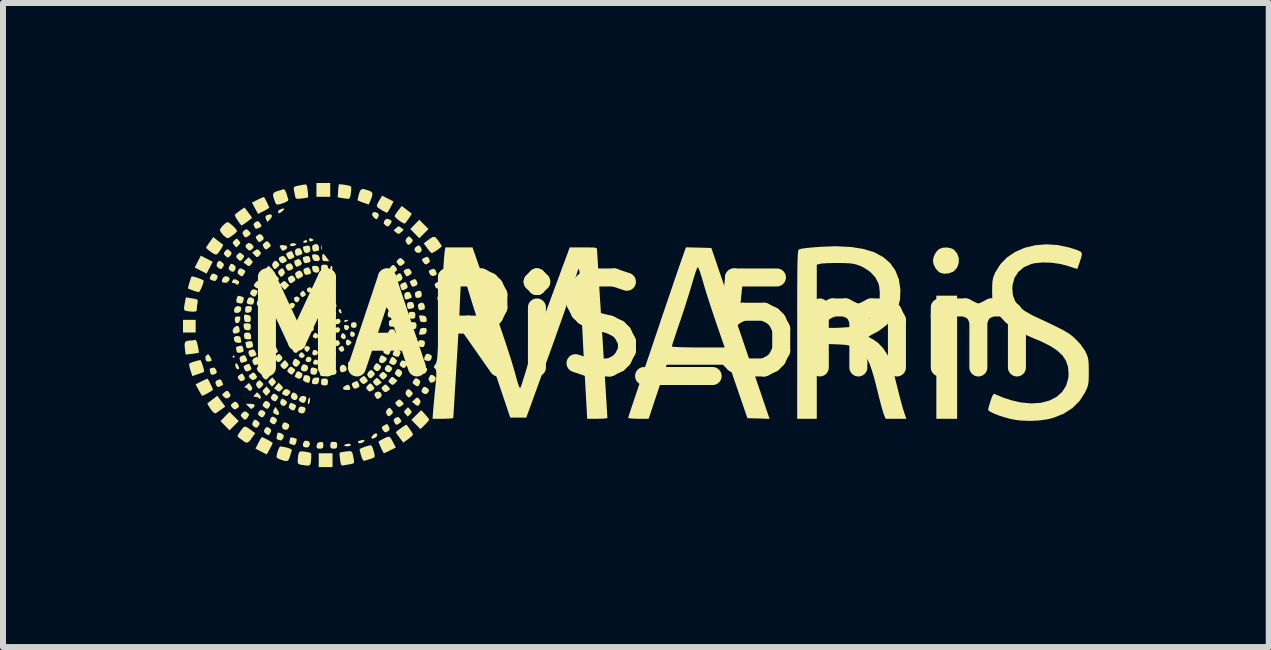
<source format=kicad_pcb>
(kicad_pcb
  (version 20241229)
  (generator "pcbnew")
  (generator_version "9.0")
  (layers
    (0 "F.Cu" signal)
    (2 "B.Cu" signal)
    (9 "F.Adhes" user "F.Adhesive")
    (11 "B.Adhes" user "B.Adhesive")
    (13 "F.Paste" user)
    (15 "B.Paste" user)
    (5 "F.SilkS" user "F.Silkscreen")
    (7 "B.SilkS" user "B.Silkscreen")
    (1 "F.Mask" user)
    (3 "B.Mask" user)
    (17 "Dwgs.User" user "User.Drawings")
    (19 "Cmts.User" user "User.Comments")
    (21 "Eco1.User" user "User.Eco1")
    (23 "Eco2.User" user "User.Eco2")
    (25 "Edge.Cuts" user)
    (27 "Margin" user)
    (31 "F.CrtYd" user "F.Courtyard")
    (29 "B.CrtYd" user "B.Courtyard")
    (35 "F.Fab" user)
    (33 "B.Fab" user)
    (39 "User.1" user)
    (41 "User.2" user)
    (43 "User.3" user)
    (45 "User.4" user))
  (footprint "MARiS_5mm"
    (layer "F.Cu")
    (at 7.649 2.396)
    (property "Reference" "MARiS_5mm" (at 0 0 0) (layer "F.SilkS") (effects (font (size 1.5 1.5) (thickness 0.3))))
    (attr board_only exclude_from_pos_files exclude_from_bom)
    (fp_poly (pts (xy -5.013 -0.269) (xy -5.006 -0.229) (xy -5.017 -0.219) (xy -5.042 -0.24) (xy -5.056 -0.273) (xy -5.047 -0.29) (xy -5.027 -0.295)) (stroke (width 0) (type solid)) (fill yes) (layer "F.SilkS"))
    (fp_poly (pts (xy -7.438 -0.01) (xy -7.438 0.096) (xy -7.543 0.096) (xy -7.649 0.096) (xy -7.649 -0.01) (xy -7.649 -0.115) (xy -7.543 -0.115) (xy -7.438 -0.115)) (stroke (width 0) (type solid)) (fill yes) (layer "F.SilkS"))
    (fp_poly (pts (xy -7.253 -1.134) (xy -7.154 -1.083) (xy -7.205 -0.984) (xy -7.256 -0.885) (xy -7.355 -0.936) (xy -7.454 -0.987) (xy -7.403 -1.086) (xy -7.352 -1.185)) (stroke (width 0) (type solid)) (fill yes) (layer "F.SilkS"))
    (fp_poly (pts (xy -6.797 1.495) (xy -6.72 1.572) (xy -6.797 1.649) (xy -6.874 1.726) (xy -6.949 1.649) (xy -7.024 1.572) (xy -6.949 1.495) (xy -6.874 1.418)) (stroke (width 0) (type solid)) (fill yes) (layer "F.SilkS"))
    (fp_poly (pts (xy -6.787 0.494) (xy -6.786 0.498) (xy -6.801 0.517) (xy -6.805 0.518) (xy -6.824 0.503) (xy -6.824 0.498) (xy -6.81 0.48) (xy -6.805 0.479)) (stroke (width 0) (type solid)) (fill yes) (layer "F.SilkS"))
    (fp_poly (pts (xy -5.583 -1.436) (xy -5.578 -1.417) (xy -5.595 -1.403) (xy -5.619 -1.399) (xy -5.647 -1.404) (xy -5.641 -1.422) (xy -5.636 -1.428) (xy -5.607 -1.446)) (stroke (width 0) (type solid)) (fill yes) (layer "F.SilkS"))
    (fp_poly (pts (xy -5.486 -1.459) (xy -5.472 -1.444) (xy -5.492 -1.431) (xy -5.525 -1.42) (xy -5.539 -1.428) (xy -5.547 -1.447) (xy -5.545 -1.471) (xy -5.519 -1.474)) (stroke (width 0) (type solid)) (fill yes) (layer "F.SilkS"))
    (fp_poly (pts (xy -5.335 -1.356) (xy -5.332 -1.308) (xy -5.335 -1.289) (xy -5.341 -1.283) (xy -5.344 -1.31) (xy -5.344 -1.323) (xy -5.342 -1.358) (xy -5.337 -1.362)) (stroke (width 0) (type solid)) (fill yes) (layer "F.SilkS"))
    (fp_poly (pts (xy -5.195 -2.281) (xy -5.195 -2.166) (xy -5.31 -2.166) (xy -5.425 -2.166) (xy -5.425 -2.281) (xy -5.425 -2.396) (xy -5.31 -2.396) (xy -5.195 -2.396)) (stroke (width 0) (type solid)) (fill yes) (layer "F.SilkS"))
    (fp_poly (pts (xy -5.16 -1) (xy -5.157 -0.979) (xy -5.165 -0.942) (xy -5.176 -0.93) (xy -5.19 -0.937) (xy -5.195 -0.967) (xy -5.189 -1.004) (xy -5.176 -1.016)) (stroke (width 0) (type solid)) (fill yes) (layer "F.SilkS"))
    (fp_poly (pts (xy -5.157 2.224) (xy -5.157 2.339) (xy -5.272 2.339) (xy -5.387 2.339) (xy -5.387 2.224) (xy -5.387 2.109) (xy -5.272 2.109) (xy -5.157 2.109)) (stroke (width 0) (type solid)) (fill yes) (layer "F.SilkS"))
    (fp_poly (pts (xy -4.894 -0.112) (xy -4.901 -0.1) (xy -4.907 -0.096) (xy -4.947 -0.078) (xy -4.964 -0.089) (xy -4.965 -0.096) (xy -4.949 -0.111) (xy -4.922 -0.115)) (stroke (width 0) (type solid)) (fill yes) (layer "F.SilkS"))
    (fp_poly (pts (xy -3.634 -1.706) (xy -3.557 -1.629) (xy -3.634 -1.552) (xy -3.711 -1.475) (xy -3.786 -1.552) (xy -3.861 -1.629) (xy -3.786 -1.706) (xy -3.711 -1.783)) (stroke (width 0) (type solid)) (fill yes) (layer "F.SilkS"))
    (fp_poly (pts (xy 5.253 0.508) (xy 5.253 1.534) (xy 5.08 1.534) (xy 4.907 1.534) (xy 4.907 0.508) (xy 4.907 -0.518) (xy 5.08 -0.518) (xy 5.253 -0.518)) (stroke (width 0) (type solid)) (fill yes) (layer "F.SilkS"))
    (fp_poly (pts (xy -6.746 0.619) (xy -6.736 0.635) (xy -6.714 0.681) (xy -6.715 0.704) (xy -6.736 0.709) (xy -6.761 0.693) (xy -6.773 0.668) (xy -6.778 0.624) (xy -6.767 0.606)) (stroke (width 0) (type solid)) (fill yes) (layer "F.SilkS"))
    (fp_poly (pts (xy -6.474 1.29) (xy -6.452 1.309) (xy -6.466 1.338) (xy -6.477 1.349) (xy -6.502 1.368) (xy -6.524 1.363) (xy -6.556 1.332) (xy -6.601 1.284) (xy -6.532 1.284)) (stroke (width 0) (type solid)) (fill yes) (layer "F.SilkS"))
    (fp_poly (pts (xy -5.949 -0.759) (xy -5.919 -0.732) (xy -5.877 -0.69) (xy -5.915 -0.651) (xy -5.954 -0.612) (xy -5.997 -0.658) (xy -6.039 -0.703) (xy -6 -0.738) (xy -5.971 -0.761)) (stroke (width 0) (type solid)) (fill yes) (layer "F.SilkS"))
    (fp_poly (pts (xy -5.889 -0.007) (xy -5.878 0.011) (xy -5.875 0.053) (xy -5.904 0.075) (xy -5.925 0.077) (xy -5.954 0.065) (xy -5.962 0.029) (xy -5.949 -0.008) (xy -5.919 -0.021)) (stroke (width 0) (type solid)) (fill yes) (layer "F.SilkS"))
    (fp_poly (pts (xy -5.485 -0.003) (xy -5.47 0.031) (xy -5.474 0.059) (xy -5.502 0.076) (xy -5.536 0.068) (xy -5.552 0.049) (xy -5.553 0.008) (xy -5.527 -0.017) (xy -5.512 -0.019)) (stroke (width 0) (type solid)) (fill yes) (layer "F.SilkS"))
    (fp_poly (pts (xy -5.131 0.142) (xy -5.128 0.164) (xy -5.142 0.196) (xy -5.171 0.207) (xy -5.2 0.194) (xy -5.207 0.182) (xy -5.205 0.146) (xy -5.193 0.133) (xy -5.154 0.121)) (stroke (width 0) (type solid)) (fill yes) (layer "F.SilkS"))
    (fp_poly (pts (xy -5.114 0.406) (xy -5.103 0.434) (xy -5.111 0.47) (xy -5.138 0.487) (xy -5.169 0.481) (xy -5.187 0.457) (xy -5.194 0.422) (xy -5.178 0.407) (xy -5.147 0.4)) (stroke (width 0) (type solid)) (fill yes) (layer "F.SilkS"))
    (fp_poly (pts (xy -5.046 0.016) (xy -5.03 0.043) (xy -5.039 0.076) (xy -5.065 0.098) (xy -5.086 0.1) (xy -5.113 0.079) (xy -5.115 0.053) (xy -5.097 0.013) (xy -5.064 0.007)) (stroke (width 0) (type solid)) (fill yes) (layer "F.SilkS"))
    (fp_poly (pts (xy -4.798 0.092) (xy -4.782 0.124) (xy -4.784 0.141) (xy -4.809 0.168) (xy -4.841 0.168) (xy -4.862 0.145) (xy -4.864 0.108) (xy -4.847 0.081) (xy -4.834 0.077)) (stroke (width 0) (type solid)) (fill yes) (layer "F.SilkS"))
    (fp_poly (pts (xy -6.517 -1.12) (xy -6.491 -1.09) (xy -6.492 -1.068) (xy -6.513 -1.041) (xy -6.539 -1.014) (xy -6.561 -1.013) (xy -6.595 -1.036) (xy -6.642 -1.072) (xy -6.599 -1.115) (xy -6.556 -1.159)) (stroke (width 0) (type solid)) (fill yes) (layer "F.SilkS"))
    (fp_poly (pts (xy -6.221 1.035) (xy -6.197 1.065) (xy -6.199 1.087) (xy -6.223 1.113) (xy -6.261 1.152) (xy -6.297 1.112) (xy -6.321 1.082) (xy -6.318 1.06) (xy -6.295 1.034) (xy -6.257 0.995)) (stroke (width 0) (type solid)) (fill yes) (layer "F.SilkS"))
    (fp_poly (pts (xy -6.17 -1.864) (xy -6.168 -1.834) (xy -6.198 -1.79) (xy -6.201 -1.787) (xy -6.244 -1.746) (xy -6.265 -1.793) (xy -6.276 -1.83) (xy -6.262 -1.852) (xy -6.25 -1.859) (xy -6.199 -1.875)) (stroke (width 0) (type solid)) (fill yes) (layer "F.SilkS"))
    (fp_poly (pts (xy -6.125 0.882) (xy -6.101 0.912) (xy -6.104 0.934) (xy -6.127 0.96) (xy -6.166 0.998) (xy -6.201 0.958) (xy -6.225 0.928) (xy -6.223 0.906) (xy -6.199 0.88) (xy -6.161 0.842)) (stroke (width 0) (type solid)) (fill yes) (layer "F.SilkS"))
    (fp_poly (pts (xy -6.075 1.382) (xy -6.05 1.429) (xy -6.052 1.462) (xy -6.077 1.472) (xy -6.12 1.453) (xy -6.123 1.451) (xy -6.147 1.426) (xy -6.142 1.396) (xy -6.134 1.38) (xy -6.11 1.336)) (stroke (width 0) (type solid)) (fill yes) (layer "F.SilkS"))
    (fp_poly (pts (xy -5.962 -1.96) (xy -5.977 -1.94) (xy -6.008 -1.913) (xy -6.042 -1.892) (xy -6.058 -1.895) (xy -6.065 -1.909) (xy -6.058 -1.938) (xy -6.027 -1.956) (xy -5.984 -1.971) (xy -5.966 -1.972)) (stroke (width 0) (type solid)) (fill yes) (layer "F.SilkS"))
    (fp_poly (pts (xy -5.871 0.116) (xy -5.852 0.144) (xy -5.854 0.177) (xy -5.869 0.194) (xy -5.904 0.209) (xy -5.925 0.195) (xy -5.931 0.181) (xy -5.941 0.139) (xy -5.927 0.117) (xy -5.905 0.11)) (stroke (width 0) (type solid)) (fill yes) (layer "F.SilkS"))
    (fp_poly (pts (xy -5.807 -0.394) (xy -5.796 -0.388) (xy -5.783 -0.367) (xy -5.796 -0.332) (xy -5.817 -0.304) (xy -5.84 -0.307) (xy -5.852 -0.315) (xy -5.876 -0.348) (xy -5.872 -0.38) (xy -5.846 -0.398)) (stroke (width 0) (type solid)) (fill yes) (layer "F.SilkS"))
    (fp_poly (pts (xy -5.787 -1.389) (xy -5.76 -1.376) (xy -5.769 -1.362) (xy -5.772 -1.359) (xy -5.811 -1.345) (xy -5.847 -1.344) (xy -5.866 -1.357) (xy -5.866 -1.36) (xy -5.85 -1.387) (xy -5.811 -1.394)) (stroke (width 0) (type solid)) (fill yes) (layer "F.SilkS"))
    (fp_poly (pts (xy -5.762 1.118) (xy -5.737 1.154) (xy -5.74 1.185) (xy -5.764 1.221) (xy -5.802 1.221) (xy -5.832 1.203) (xy -5.852 1.171) (xy -5.846 1.136) (xy -5.825 1.1) (xy -5.797 1.097)) (stroke (width 0) (type solid)) (fill yes) (layer "F.SilkS"))
    (fp_poly (pts (xy -5.737 0.077) (xy -5.718 0.105) (xy -5.72 0.139) (xy -5.735 0.155) (xy -5.77 0.171) (xy -5.79 0.156) (xy -5.797 0.142) (xy -5.807 0.1) (xy -5.793 0.079) (xy -5.771 0.071)) (stroke (width 0) (type solid)) (fill yes) (layer "F.SilkS"))
    (fp_poly (pts (xy -5.73 -0.497) (xy -5.704 -0.475) (xy -5.712 -0.442) (xy -5.713 -0.44) (xy -5.74 -0.407) (xy -5.769 -0.411) (xy -5.789 -0.431) (xy -5.802 -0.467) (xy -5.786 -0.495) (xy -5.753 -0.505)) (stroke (width 0) (type solid)) (fill yes) (layer "F.SilkS"))
    (fp_poly (pts (xy -5.66 0.222) (xy -5.657 0.227) (xy -5.649 0.267) (xy -5.66 0.285) (xy -5.693 0.305) (xy -5.719 0.29) (xy -5.73 0.272) (xy -5.736 0.239) (xy -5.712 0.215) (xy -5.68 0.203)) (stroke (width 0) (type solid)) (fill yes) (layer "F.SilkS"))
    (fp_poly (pts (xy -5.557 0.327) (xy -5.533 0.347) (xy -5.539 0.375) (xy -5.545 0.384) (xy -5.571 0.417) (xy -5.596 0.414) (xy -5.617 0.393) (xy -5.629 0.357) (xy -5.614 0.329) (xy -5.58 0.32)) (stroke (width 0) (type solid)) (fill yes) (layer "F.SilkS"))
    (fp_poly (pts (xy -5.535 1.181) (xy -5.531 1.213) (xy -5.537 1.256) (xy -5.551 1.289) (xy -5.564 1.293) (xy -5.564 1.292) (xy -5.569 1.26) (xy -5.562 1.216) (xy -5.548 1.184) (xy -5.536 1.18)) (stroke (width 0) (type solid)) (fill yes) (layer "F.SilkS"))
    (fp_poly (pts (xy -5.518 0.511) (xy -5.508 0.546) (xy -5.513 0.564) (xy -5.538 0.59) (xy -5.582 0.586) (xy -5.591 0.582) (xy -5.606 0.56) (xy -5.599 0.529) (xy -5.577 0.504) (xy -5.558 0.498)) (stroke (width 0) (type solid)) (fill yes) (layer "F.SilkS"))
    (fp_poly (pts (xy -5.418 0.395) (xy -5.399 0.427) (xy -5.401 0.442) (xy -5.423 0.47) (xy -5.459 0.479) (xy -5.489 0.465) (xy -5.491 0.462) (xy -5.494 0.432) (xy -5.482 0.399) (xy -5.463 0.383)) (stroke (width 0) (type solid)) (fill yes) (layer "F.SilkS"))
    (fp_poly (pts (xy -5.414 -0.414) (xy -5.388 -0.386) (xy -5.381 -0.356) (xy -5.404 -0.335) (xy -5.414 -0.33) (xy -5.449 -0.319) (xy -5.465 -0.335) (xy -5.47 -0.35) (xy -5.469 -0.394) (xy -5.446 -0.416)) (stroke (width 0) (type solid)) (fill yes) (layer "F.SilkS"))
    (fp_poly (pts (xy -5.4 0.562) (xy -5.39 0.589) (xy -5.393 0.621) (xy -5.419 0.632) (xy -5.435 0.633) (xy -5.471 0.627) (xy -5.48 0.603) (xy -5.479 0.589) (xy -5.46 0.553) (xy -5.435 0.546)) (stroke (width 0) (type solid)) (fill yes) (layer "F.SilkS"))
    (fp_poly (pts (xy -5.394 -0.266) (xy -5.37 -0.23) (xy -5.378 -0.197) (xy -5.398 -0.184) (xy -5.433 -0.174) (xy -5.449 -0.184) (xy -5.457 -0.202) (xy -5.457 -0.239) (xy -5.437 -0.266) (xy -5.408 -0.273)) (stroke (width 0) (type solid)) (fill yes) (layer "F.SilkS"))
    (fp_poly (pts (xy -5.379 -0.677) (xy -5.366 -0.647) (xy -5.38 -0.617) (xy -5.398 -0.606) (xy -5.43 -0.596) (xy -5.444 -0.606) (xy -5.452 -0.625) (xy -5.462 -0.668) (xy -5.447 -0.687) (xy -5.415 -0.69)) (stroke (width 0) (type solid)) (fill yes) (layer "F.SilkS"))
    (fp_poly (pts (xy -5.285 -1.193) (xy -5.252 -1.15) (xy -5.212 -1.093) (xy -5.27 -1.093) (xy -5.31 -1.096) (xy -5.326 -1.114) (xy -5.329 -1.159) (xy -5.329 -1.161) (xy -5.325 -1.204) (xy -5.312 -1.215)) (stroke (width 0) (type solid)) (fill yes) (layer "F.SilkS"))
    (fp_poly (pts (xy -5.031 -0.12) (xy -5.023 -0.09) (xy -5.037 -0.06) (xy -5.053 -0.05) (xy -5.085 -0.04) (xy -5.099 -0.05) (xy -5.107 -0.069) (xy -5.11 -0.111) (xy -5.08 -0.132) (xy -5.06 -0.134)) (stroke (width 0) (type solid)) (fill yes) (layer "F.SilkS"))
    (fp_poly (pts (xy -4.97 0.112) (xy -4.959 0.12) (xy -4.935 0.155) (xy -4.937 0.178) (xy -4.955 0.207) (xy -4.982 0.204) (xy -5.002 0.193) (xy -5.02 0.167) (xy -5.012 0.135) (xy -4.994 0.107)) (stroke (width 0) (type solid)) (fill yes) (layer "F.SilkS"))
    (fp_poly (pts (xy -4.863 1.951) (xy -4.85 1.968) (xy -4.867 1.987) (xy -4.907 1.994) (xy -4.948 1.989) (xy -4.965 1.977) (xy -4.965 1.977) (xy -4.948 1.962) (xy -4.908 1.951) (xy -4.907 1.951)) (stroke (width 0) (type solid)) (fill yes) (layer "F.SilkS"))
    (fp_poly (pts (xy -4.702 0.449) (xy -4.678 0.471) (xy -4.654 0.5) (xy -4.655 0.523) (xy -4.676 0.55) (xy -4.711 0.592) (xy -4.752 0.549) (xy -4.793 0.505) (xy -4.754 0.469) (xy -4.723 0.446)) (stroke (width 0) (type solid)) (fill yes) (layer "F.SilkS"))
    (fp_poly (pts (xy -4.409 1.802) (xy -4.424 1.833) (xy -4.456 1.855) (xy -4.493 1.867) (xy -4.509 1.855) (xy -4.51 1.854) (xy -4.502 1.828) (xy -4.476 1.798) (xy -4.444 1.777) (xy -4.424 1.776)) (stroke (width 0) (type solid)) (fill yes) (layer "F.SilkS"))
    (fp_poly (pts (xy -4.012 -1.65) (xy -3.97 -1.615) (xy -4.012 -1.576) (xy -4.044 -1.55) (xy -4.067 -1.55) (xy -4.097 -1.571) (xy -4.139 -1.605) (xy -4.097 -1.645) (xy -4.065 -1.671) (xy -4.041 -1.671)) (stroke (width 0) (type solid)) (fill yes) (layer "F.SilkS"))
    (fp_poly (pts (xy -3.863 1.38) (xy -3.839 1.411) (xy -3.842 1.432) (xy -3.865 1.458) (xy -3.903 1.497) (xy -3.939 1.457) (xy -3.963 1.427) (xy -3.961 1.405) (xy -3.937 1.379) (xy -3.899 1.341)) (stroke (width 0) (type solid)) (fill yes) (layer "F.SilkS"))
    (fp_poly (pts (xy -6.891 -0.832) (xy -6.872 -0.803) (xy -6.881 -0.769) (xy -6.917 -0.735) (xy -6.971 -0.734) (xy -6.991 -0.741) (xy -7.003 -0.762) (xy -6.994 -0.795) (xy -6.972 -0.827) (xy -6.944 -0.843) (xy -6.941 -0.843)) (stroke (width 0) (type solid)) (fill yes) (layer "F.SilkS"))
    (fp_poly (pts (xy -6.744 -1.463) (xy -6.719 -1.438) (xy -6.695 -1.407) (xy -6.698 -1.386) (xy -6.721 -1.36) (xy -6.76 -1.321) (xy -6.796 -1.361) (xy -6.82 -1.391) (xy -6.817 -1.413) (xy -6.793 -1.439) (xy -6.764 -1.465)) (stroke (width 0) (type solid)) (fill yes) (layer "F.SilkS"))
    (fp_poly (pts (xy -6.693 -0.336) (xy -6.678 -0.307) (xy -6.684 -0.272) (xy -6.707 -0.242) (xy -6.746 -0.229) (xy -6.782 -0.235) (xy -6.794 -0.246) (xy -6.799 -0.286) (xy -6.779 -0.324) (xy -6.744 -0.345) (xy -6.737 -0.345)) (stroke (width 0) (type solid)) (fill yes) (layer "F.SilkS"))
    (fp_poly (pts (xy -6.503 -0.486) (xy -6.468 -0.465) (xy -6.462 -0.426) (xy -6.472 -0.395) (xy -6.487 -0.372) (xy -6.517 -0.368) (xy -6.562 -0.378) (xy -6.586 -0.395) (xy -6.583 -0.428) (xy -6.564 -0.475) (xy -6.537 -0.491)) (stroke (width 0) (type solid)) (fill yes) (layer "F.SilkS"))
    (fp_poly (pts (xy -6.334 0.643) (xy -6.306 0.673) (xy -6.293 0.709) (xy -6.309 0.734) (xy -6.318 0.741) (xy -6.356 0.764) (xy -6.383 0.758) (xy -6.404 0.736) (xy -6.419 0.7) (xy -6.409 0.674) (xy -6.373 0.641)) (stroke (width 0) (type solid)) (fill yes) (layer "F.SilkS"))
    (fp_poly (pts (xy -6.184 0.073) (xy -6.158 0.119) (xy -6.154 0.158) (xy -6.169 0.171) (xy -6.204 0.173) (xy -6.243 0.165) (xy -6.272 0.149) (xy -6.276 0.142) (xy -6.288 0.091) (xy -6.272 0.064) (xy -6.232 0.058)) (stroke (width 0) (type solid)) (fill yes) (layer "F.SilkS"))
    (fp_poly (pts (xy -6.179 -0.975) (xy -6.15 -0.944) (xy -6.148 -0.922) (xy -6.166 -0.898) (xy -6.199 -0.868) (xy -6.225 -0.869) (xy -6.259 -0.901) (xy -6.282 -0.931) (xy -6.279 -0.954) (xy -6.259 -0.978) (xy -6.224 -1.017)) (stroke (width 0) (type solid)) (fill yes) (layer "F.SilkS"))
    (fp_poly (pts (xy -6.084 -0.841) (xy -6.054 -0.81) (xy -6.052 -0.788) (xy -6.07 -0.763) (xy -6.103 -0.734) (xy -6.129 -0.735) (xy -6.158 -0.76) (xy -6.178 -0.786) (xy -6.174 -0.812) (xy -6.159 -0.837) (xy -6.129 -0.883)) (stroke (width 0) (type solid)) (fill yes) (layer "F.SilkS"))
    (fp_poly (pts (xy -6.014 0.974) (xy -5.986 1.005) (xy -5.985 1.025) (xy -6.009 1.053) (xy -6.01 1.053) (xy -6.04 1.079) (xy -6.065 1.076) (xy -6.09 1.058) (xy -6.132 1.026) (xy -6.094 0.979) (xy -6.056 0.933)) (stroke (width 0) (type solid)) (fill yes) (layer "F.SilkS"))
    (fp_poly (pts (xy -5.981 1.202) (xy -5.952 1.219) (xy -5.92 1.247) (xy -5.919 1.275) (xy -5.925 1.286) (xy -5.957 1.319) (xy -5.996 1.315) (xy -6.018 1.295) (xy -6.031 1.261) (xy -6.02 1.228) (xy -6.002 1.202)) (stroke (width 0) (type solid)) (fill yes) (layer "F.SilkS"))
    (fp_poly (pts (xy -5.932 -1.352) (xy -5.91 -1.331) (xy -5.922 -1.302) (xy -5.934 -1.291) (xy -5.974 -1.268) (xy -6 -1.275) (xy -6.019 -1.302) (xy -6.036 -1.341) (xy -6.027 -1.358) (xy -5.985 -1.361) (xy -5.982 -1.361)) (stroke (width 0) (type solid)) (fill yes) (layer "F.SilkS"))
    (fp_poly (pts (xy -5.914 0.594) (xy -5.891 0.624) (xy -5.894 0.647) (xy -5.914 0.671) (xy -5.948 0.703) (xy -5.975 0.703) (xy -6.007 0.674) (xy -6.026 0.648) (xy -6.021 0.626) (xy -5.994 0.597) (xy -5.949 0.555)) (stroke (width 0) (type solid)) (fill yes) (layer "F.SilkS"))
    (fp_poly (pts (xy -5.877 -0.147) (xy -5.868 -0.122) (xy -5.869 -0.11) (xy -5.891 -0.071) (xy -5.919 -0.061) (xy -5.951 -0.064) (xy -5.961 -0.091) (xy -5.962 -0.104) (xy -5.954 -0.141) (xy -5.925 -0.153) (xy -5.913 -0.153)) (stroke (width 0) (type solid)) (fill yes) (layer "F.SilkS"))
    (fp_poly (pts (xy -5.822 0.239) (xy -5.806 0.252) (xy -5.791 0.284) (xy -5.803 0.305) (xy -5.825 0.32) (xy -5.854 0.331) (xy -5.874 0.313) (xy -5.882 0.297) (xy -5.893 0.262) (xy -5.877 0.244) (xy -5.863 0.239)) (stroke (width 0) (type solid)) (fill yes) (layer "F.SilkS"))
    (fp_poly (pts (xy -5.74 0.349) (xy -5.733 0.355) (xy -5.716 0.382) (xy -5.731 0.411) (xy -5.763 0.438) (xy -5.792 0.429) (xy -5.809 0.412) (xy -5.822 0.385) (xy -5.804 0.361) (xy -5.797 0.355) (xy -5.765 0.338)) (stroke (width 0) (type solid)) (fill yes) (layer "F.SilkS"))
    (fp_poly (pts (xy -5.648 1.333) (xy -5.612 1.349) (xy -5.606 1.375) (xy -5.609 1.387) (xy -5.628 1.431) (xy -5.656 1.445) (xy -5.689 1.442) (xy -5.724 1.422) (xy -5.73 1.382) (xy -5.715 1.346) (xy -5.683 1.329)) (stroke (width 0) (type solid)) (fill yes) (layer "F.SilkS"))
    (fp_poly (pts (xy -5.624 -0.049) (xy -5.617 -0.019) (xy -5.617 -0.012) (xy -5.629 0.027) (xy -5.657 0.04) (xy -5.686 0.025) (xy -5.699 0) (xy -5.701 -0.031) (xy -5.693 -0.038) (xy -5.663 -0.045) (xy -5.647 -0.05)) (stroke (width 0) (type solid)) (fill yes) (layer "F.SilkS"))
    (fp_poly (pts (xy -5.618 0.627) (xy -5.574 0.648) (xy -5.563 0.685) (xy -5.569 0.709) (xy -5.595 0.741) (xy -5.639 0.745) (xy -5.67 0.731) (xy -5.685 0.708) (xy -5.676 0.666) (xy -5.654 0.63) (xy -5.621 0.626)) (stroke (width 0) (type solid)) (fill yes) (layer "F.SilkS"))
    (fp_poly (pts (xy -5.555 1.908) (xy -5.534 1.94) (xy -5.536 1.966) (xy -5.555 2.004) (xy -5.589 2.013) (xy -5.629 2.005) (xy -5.646 1.993) (xy -5.651 1.959) (xy -5.638 1.921) (xy -5.614 1.899) (xy -5.607 1.898)) (stroke (width 0) (type solid)) (fill yes) (layer "F.SilkS"))
    (fp_poly (pts (xy -5.532 -0.328) (xy -5.521 -0.317) (xy -5.507 -0.286) (xy -5.521 -0.259) (xy -5.553 -0.232) (xy -5.582 -0.242) (xy -5.595 -0.256) (xy -5.604 -0.283) (xy -5.582 -0.313) (xy -5.581 -0.314) (xy -5.552 -0.335)) (stroke (width 0) (type solid)) (fill yes) (layer "F.SilkS"))
    (fp_poly (pts (xy -5.504 -0.637) (xy -5.503 -0.634) (xy -5.485 -0.597) (xy -5.491 -0.58) (xy -5.521 -0.569) (xy -5.562 -0.575) (xy -5.579 -0.595) (xy -5.586 -0.628) (xy -5.561 -0.651) (xy -5.56 -0.651) (xy -5.527 -0.66)) (stroke (width 0) (type solid)) (fill yes) (layer "F.SilkS"))
    (fp_poly (pts (xy -5.502 -0.159) (xy -5.471 -0.136) (xy -5.463 -0.114) (xy -5.473 -0.077) (xy -5.505 -0.069) (xy -5.527 -0.072) (xy -5.552 -0.091) (xy -5.551 -0.109) (xy -5.541 -0.143) (xy -5.54 -0.153) (xy -5.525 -0.162)) (stroke (width 0) (type solid)) (fill yes) (layer "F.SilkS"))
    (fp_poly (pts (xy -5.428 0.105) (xy -5.411 0.121) (xy -5.39 0.149) (xy -5.397 0.171) (xy -5.407 0.181) (xy -5.436 0.198) (xy -5.466 0.185) (xy -5.487 0.163) (xy -5.479 0.137) (xy -5.471 0.125) (xy -5.448 0.1)) (stroke (width 0) (type solid)) (fill yes) (layer "F.SilkS"))
    (fp_poly (pts (xy -5.397 -1.364) (xy -5.383 -1.323) (xy -5.383 -1.278) (xy -5.398 -1.265) (xy -5.437 -1.259) (xy -5.451 -1.254) (xy -5.478 -1.258) (xy -5.494 -1.294) (xy -5.496 -1.343) (xy -5.48 -1.363) (xy -5.431 -1.38)) (stroke (width 0) (type solid)) (fill yes) (layer "F.SilkS"))
    (fp_poly (pts (xy -5.187 0.301) (xy -5.174 0.33) (xy -5.188 0.361) (xy -5.206 0.372) (xy -5.236 0.382) (xy -5.251 0.378) (xy -5.259 0.371) (xy -5.27 0.342) (xy -5.272 0.323) (xy -5.259 0.295) (xy -5.224 0.288)) (stroke (width 0) (type solid)) (fill yes) (layer "F.SilkS"))
    (fp_poly (pts (xy -5.13 -0.41) (xy -5.102 -0.387) (xy -5.089 -0.354) (xy -5.091 -0.34) (xy -5.107 -0.313) (xy -5.133 -0.312) (xy -5.152 -0.319) (xy -5.171 -0.344) (xy -5.175 -0.382) (xy -5.16 -0.41) (xy -5.16 -0.41)) (stroke (width 0) (type solid)) (fill yes) (layer "F.SilkS"))
    (fp_poly (pts (xy -5.056 0.231) (xy -5.047 0.242) (xy -5.033 0.278) (xy -5.044 0.3) (xy -5.074 0.324) (xy -5.104 0.313) (xy -5.12 0.295) (xy -5.135 0.268) (xy -5.119 0.245) (xy -5.108 0.237) (xy -5.077 0.22)) (stroke (width 0) (type solid)) (fill yes) (layer "F.SilkS"))
    (fp_poly (pts (xy -4.98 0.332) (xy -4.973 0.341) (xy -4.96 0.378) (xy -4.969 0.398) (xy -4.998 0.42) (xy -5.028 0.408) (xy -5.043 0.391) (xy -5.058 0.364) (xy -5.042 0.34) (xy -5.033 0.334) (xy -5.002 0.318)) (stroke (width 0) (type solid)) (fill yes) (layer "F.SilkS"))
    (fp_poly (pts (xy -4.943 0.651) (xy -4.928 0.676) (xy -4.919 0.715) (xy -4.937 0.74) (xy -4.979 0.756) (xy -5.012 0.759) (xy -5.029 0.734) (xy -5.034 0.718) (xy -5.033 0.671) (xy -5.01 0.641) (xy -4.976 0.632)) (stroke (width 0) (type solid)) (fill yes) (layer "F.SilkS"))
    (fp_poly (pts (xy -4.935 -0.031) (xy -4.899 -0.02) (xy -4.889 -0.019) (xy -4.88 -0.004) (xy -4.883 0.019) (xy -4.904 0.053) (xy -4.935 0.057) (xy -4.959 0.036) (xy -4.965 0.008) (xy -4.959 -0.028) (xy -4.939 -0.032)) (stroke (width 0) (type solid)) (fill yes) (layer "F.SilkS"))
    (fp_poly (pts (xy -4.623 1.898) (xy -4.624 1.9) (xy -4.646 1.925) (xy -4.683 1.941) (xy -4.716 1.942) (xy -4.727 1.934) (xy -4.734 1.916) (xy -4.721 1.904) (xy -4.681 1.893) (xy -4.671 1.89) (xy -4.632 1.885)) (stroke (width 0) (type solid)) (fill yes) (layer "F.SilkS"))
    (fp_poly (pts (xy -4.479 -0.285) (xy -4.476 -0.246) (xy -4.482 -0.228) (xy -4.51 -0.211) (xy -4.547 -0.201) (xy -4.575 -0.199) (xy -4.581 -0.205) (xy -4.569 -0.229) (xy -4.542 -0.267) (xy -4.536 -0.275) (xy -4.491 -0.329)) (stroke (width 0) (type solid)) (fill yes) (layer "F.SilkS"))
    (fp_poly (pts (xy -4.432 -1.909) (xy -4.404 -1.893) (xy -4.384 -1.869) (xy -4.39 -1.839) (xy -4.397 -1.825) (xy -4.416 -1.795) (xy -4.435 -1.794) (xy -4.464 -1.815) (xy -4.495 -1.855) (xy -4.495 -1.89) (xy -4.472 -1.911)) (stroke (width 0) (type solid)) (fill yes) (layer "F.SilkS"))
    (fp_poly (pts (xy -4.361 1.092) (xy -4.338 1.124) (xy -4.342 1.161) (xy -4.362 1.182) (xy -4.398 1.204) (xy -4.421 1.198) (xy -4.444 1.167) (xy -4.46 1.132) (xy -4.448 1.105) (xy -4.441 1.097) (xy -4.401 1.079)) (stroke (width 0) (type solid)) (fill yes) (layer "F.SilkS"))
    (fp_poly (pts (xy -4.228 0.353) (xy -4.192 0.368) (xy -4.186 0.394) (xy -4.19 0.408) (xy -4.209 0.454) (xy -4.234 0.467) (xy -4.27 0.459) (xy -4.306 0.431) (xy -4.313 0.397) (xy -4.295 0.366) (xy -4.258 0.35)) (stroke (width 0) (type solid)) (fill yes) (layer "F.SilkS"))
    (fp_poly (pts (xy -4.119 0.862) (xy -4.074 0.899) (xy -4.113 0.939) (xy -4.144 0.966) (xy -4.166 0.966) (xy -4.194 0.945) (xy -4.222 0.919) (xy -4.222 0.897) (xy -4.199 0.868) (xy -4.173 0.839) (xy -4.151 0.837)) (stroke (width 0) (type solid)) (fill yes) (layer "F.SilkS"))
    (fp_poly (pts (xy -3.634 -0.386) (xy -3.619 -0.345) (xy -3.619 -0.3) (xy -3.634 -0.288) (xy -3.673 -0.281) (xy -3.688 -0.276) (xy -3.714 -0.28) (xy -3.73 -0.317) (xy -3.732 -0.366) (xy -3.717 -0.385) (xy -3.668 -0.403)) (stroke (width 0) (type solid)) (fill yes) (layer "F.SilkS"))
    (fp_poly (pts (xy -3.358 -0.741) (xy -3.348 -0.715) (xy -3.345 -0.669) (xy -3.367 -0.64) (xy -3.4 -0.632) (xy -3.434 -0.65) (xy -3.449 -0.676) (xy -3.455 -0.71) (xy -3.434 -0.732) (xy -3.415 -0.741) (xy -3.378 -0.753)) (stroke (width 0) (type solid)) (fill yes) (layer "F.SilkS"))
    (fp_poly (pts (xy -7.212 0.475) (xy -7.192 0.509) (xy -7.175 0.545) (xy -7.17 0.564) (xy -7.186 0.572) (xy -7.216 0.58) (xy -7.253 0.578) (xy -7.272 0.55) (xy -7.275 0.54) (xy -7.273 0.493) (xy -7.245 0.464) (xy -7.225 0.46)) (stroke (width 0) (type solid)) (fill yes) (layer "F.SilkS"))
    (fp_poly (pts (xy -7.027 -1.095) (xy -7 -1.076) (xy -6.97 -1.048) (xy -6.968 -1.023) (xy -6.98 -1) (xy -7.004 -0.967) (xy -7.027 -0.963) (xy -7.059 -0.979) (xy -7.09 -1.013) (xy -7.083 -1.056) (xy -7.069 -1.079) (xy -7.049 -1.099)) (stroke (width 0) (type solid)) (fill yes) (layer "F.SilkS"))
    (fp_poly (pts (xy -6.897 -1.288) (xy -6.869 -1.267) (xy -6.841 -1.239) (xy -6.841 -1.214) (xy -6.855 -1.191) (xy -6.886 -1.157) (xy -6.914 -1.157) (xy -6.947 -1.186) (xy -6.968 -1.214) (xy -6.963 -1.238) (xy -6.945 -1.262) (xy -6.918 -1.289)) (stroke (width 0) (type solid)) (fill yes) (layer "F.SilkS"))
    (fp_poly (pts (xy -6.757 1.256) (xy -6.731 1.288) (xy -6.715 1.322) (xy -6.727 1.345) (xy -6.74 1.355) (xy -6.777 1.377) (xy -6.804 1.371) (xy -6.831 1.345) (xy -6.852 1.316) (xy -6.845 1.294) (xy -6.828 1.278) (xy -6.787 1.25)) (stroke (width 0) (type solid)) (fill yes) (layer "F.SilkS"))
    (fp_poly (pts (xy -6.704 -0.169) (xy -6.692 -0.153) (xy -6.699 -0.112) (xy -6.702 -0.101) (xy -6.724 -0.065) (xy -6.756 -0.059) (xy -6.773 -0.07) (xy -6.783 -0.098) (xy -6.786 -0.128) (xy -6.777 -0.162) (xy -6.744 -0.172) (xy -6.738 -0.173)) (stroke (width 0) (type solid)) (fill yes) (layer "F.SilkS"))
    (fp_poly (pts (xy -6.538 -0.054) (xy -6.521 -0.036) (xy -6.518 0) (xy -6.523 0.041) (xy -6.545 0.056) (xy -6.573 0.058) (xy -6.614 0.051) (xy -6.632 0.025) (xy -6.637 0) (xy -6.639 -0.039) (xy -6.624 -0.055) (xy -6.582 -0.058)) (stroke (width 0) (type solid)) (fill yes) (layer "F.SilkS"))
    (fp_poly (pts (xy -6.515 0.981) (xy -6.494 1.021) (xy -6.502 1.049) (xy -6.533 1.072) (xy -6.557 1.057) (xy -6.563 1.045) (xy -6.589 1.02) (xy -6.608 1.015) (xy -6.627 1.011) (xy -6.618 0.996) (xy -6.595 0.976) (xy -6.549 0.937)) (stroke (width 0) (type solid)) (fill yes) (layer "F.SilkS"))
    (fp_poly (pts (xy -6.514 -0.341) (xy -6.501 -0.322) (xy -6.502 -0.292) (xy -6.516 -0.251) (xy -6.552 -0.235) (xy -6.561 -0.234) (xy -6.598 -0.234) (xy -6.612 -0.253) (xy -6.614 -0.286) (xy -6.609 -0.328) (xy -6.588 -0.343) (xy -6.555 -0.345)) (stroke (width 0) (type solid)) (fill yes) (layer "F.SilkS"))
    (fp_poly (pts (xy -6.463 0.767) (xy -6.439 0.793) (xy -6.416 0.831) (xy -6.425 0.859) (xy -6.459 0.881) (xy -6.493 0.888) (xy -6.527 0.863) (xy -6.529 0.861) (xy -6.552 0.831) (xy -6.548 0.812) (xy -6.519 0.787) (xy -6.485 0.764)) (stroke (width 0) (type solid)) (fill yes) (layer "F.SilkS"))
    (fp_poly (pts (xy -6.454 -0.622) (xy -6.414 -0.606) (xy -6.404 -0.587) (xy -6.417 -0.549) (xy -6.418 -0.546) (xy -6.443 -0.507) (xy -6.471 -0.503) (xy -6.507 -0.524) (xy -6.53 -0.549) (xy -6.525 -0.581) (xy -6.519 -0.592) (xy -6.492 -0.623)) (stroke (width 0) (type solid)) (fill yes) (layer "F.SilkS"))
    (fp_poly (pts (xy -6.431 1.552) (xy -6.405 1.571) (xy -6.375 1.598) (xy -6.374 1.624) (xy -6.386 1.645) (xy -6.41 1.678) (xy -6.433 1.683) (xy -6.465 1.666) (xy -6.495 1.634) (xy -6.488 1.592) (xy -6.473 1.569) (xy -6.453 1.548)) (stroke (width 0) (type solid)) (fill yes) (layer "F.SilkS"))
    (fp_poly (pts (xy -6.395 -1.286) (xy -6.373 -1.264) (xy -6.35 -1.234) (xy -6.354 -1.212) (xy -6.376 -1.187) (xy -6.404 -1.162) (xy -6.424 -1.163) (xy -6.453 -1.191) (xy -6.455 -1.193) (xy -6.495 -1.236) (xy -6.451 -1.269) (xy -6.418 -1.29)) (stroke (width 0) (type solid)) (fill yes) (layer "F.SilkS"))
    (fp_poly (pts (xy -6.376 1.13) (xy -6.351 1.163) (xy -6.355 1.187) (xy -6.36 1.192) (xy -6.379 1.206) (xy -6.384 1.192) (xy -6.4 1.175) (xy -6.434 1.169) (xy -6.469 1.167) (xy -6.471 1.155) (xy -6.45 1.13) (xy -6.415 1.091)) (stroke (width 0) (type solid)) (fill yes) (layer "F.SilkS"))
    (fp_poly (pts (xy -6.358 -0.739) (xy -6.334 -0.711) (xy -6.342 -0.677) (xy -6.344 -0.673) (xy -6.375 -0.638) (xy -6.415 -0.64) (xy -6.445 -0.659) (xy -6.467 -0.681) (xy -6.462 -0.705) (xy -6.449 -0.725) (xy -6.42 -0.759) (xy -6.393 -0.761)) (stroke (width 0) (type solid)) (fill yes) (layer "F.SilkS"))
    (fp_poly (pts (xy -6.338 -1.533) (xy -6.315 -1.504) (xy -6.302 -1.474) (xy -6.315 -1.449) (xy -6.336 -1.433) (xy -6.37 -1.411) (xy -6.391 -1.416) (xy -6.414 -1.448) (xy -6.435 -1.484) (xy -6.432 -1.505) (xy -6.41 -1.524) (xy -6.37 -1.545)) (stroke (width 0) (type solid)) (fill yes) (layer "F.SilkS"))
    (fp_poly (pts (xy -6.323 1.391) (xy -6.299 1.405) (xy -6.276 1.429) (xy -6.281 1.456) (xy -6.29 1.473) (xy -6.315 1.506) (xy -6.339 1.51) (xy -6.375 1.487) (xy -6.4 1.459) (xy -6.393 1.428) (xy -6.392 1.426) (xy -6.359 1.39)) (stroke (width 0) (type solid)) (fill yes) (layer "F.SilkS"))
    (fp_poly (pts (xy -6.298 -0.883) (xy -6.28 -0.864) (xy -6.258 -0.828) (xy -6.266 -0.792) (xy -6.268 -0.788) (xy -6.291 -0.755) (xy -6.318 -0.754) (xy -6.35 -0.774) (xy -6.38 -0.808) (xy -6.374 -0.841) (xy -6.348 -0.869) (xy -6.32 -0.89)) (stroke (width 0) (type solid)) (fill yes) (layer "F.SilkS"))
    (fp_poly (pts (xy -6.244 1.242) (xy -6.232 1.249) (xy -6.198 1.28) (xy -6.199 1.315) (xy -6.218 1.346) (xy -6.24 1.368) (xy -6.264 1.363) (xy -6.284 1.35) (xy -6.318 1.321) (xy -6.32 1.294) (xy -6.298 1.259) (xy -6.273 1.236)) (stroke (width 0) (type solid)) (fill yes) (layer "F.SilkS"))
    (fp_poly (pts (xy -6.214 -0.237) (xy -6.171 -0.225) (xy -6.156 -0.211) (xy -6.161 -0.18) (xy -6.164 -0.165) (xy -6.189 -0.125) (xy -6.23 -0.117) (xy -6.265 -0.132) (xy -6.281 -0.163) (xy -6.277 -0.198) (xy -6.262 -0.234) (xy -6.234 -0.241)) (stroke (width 0) (type solid)) (fill yes) (layer "F.SilkS"))
    (fp_poly (pts (xy -6.206 -0.732) (xy -6.194 -0.725) (xy -6.16 -0.694) (xy -6.16 -0.659) (xy -6.18 -0.629) (xy -6.202 -0.607) (xy -6.226 -0.612) (xy -6.246 -0.625) (xy -6.28 -0.654) (xy -6.282 -0.681) (xy -6.26 -0.715) (xy -6.235 -0.739)) (stroke (width 0) (type solid)) (fill yes) (layer "F.SilkS"))
    (fp_poly (pts (xy -6.203 1.693) (xy -6.18 1.716) (xy -6.182 1.743) (xy -6.194 1.769) (xy -6.215 1.803) (xy -6.234 1.806) (xy -6.266 1.785) (xy -6.296 1.756) (xy -6.298 1.728) (xy -6.289 1.709) (xy -6.264 1.675) (xy -6.236 1.673)) (stroke (width 0) (type solid)) (fill yes) (layer "F.SilkS"))
    (fp_poly (pts (xy -6.189 -0.091) (xy -6.174 -0.069) (xy -6.173 -0.038) (xy -6.177 0.002) (xy -6.2 0.017) (xy -6.23 0.019) (xy -6.271 0.014) (xy -6.286 -0.008) (xy -6.288 -0.038) (xy -6.283 -0.079) (xy -6.261 -0.094) (xy -6.23 -0.096)) (stroke (width 0) (type solid)) (fill yes) (layer "F.SilkS"))
    (fp_poly (pts (xy -6.107 1.521) (xy -6.083 1.547) (xy -6.09 1.579) (xy -6.094 1.588) (xy -6.119 1.622) (xy -6.147 1.625) (xy -6.181 1.604) (xy -6.204 1.578) (xy -6.198 1.546) (xy -6.194 1.537) (xy -6.169 1.502) (xy -6.141 1.5)) (stroke (width 0) (type solid)) (fill yes) (layer "F.SilkS"))
    (fp_poly (pts (xy -6.096 -1.099) (xy -6.07 -1.075) (xy -6.044 -1.045) (xy -6.045 -1.023) (xy -6.067 -0.998) (xy -6.103 -0.965) (xy -6.13 -0.965) (xy -6.154 -0.998) (xy -6.165 -1.036) (xy -6.146 -1.071) (xy -6.142 -1.076) (xy -6.116 -1.101)) (stroke (width 0) (type solid)) (fill yes) (layer "F.SilkS"))
    (fp_poly (pts (xy -6.088 1.137) (xy -6.064 1.163) (xy -6.071 1.196) (xy -6.075 1.204) (xy -6.1 1.239) (xy -6.128 1.241) (xy -6.162 1.221) (xy -6.185 1.195) (xy -6.179 1.162) (xy -6.174 1.153) (xy -6.149 1.119) (xy -6.121 1.117)) (stroke (width 0) (type solid)) (fill yes) (layer "F.SilkS"))
    (fp_poly (pts (xy -6.037 0.458) (xy -6.014 0.483) (xy -5.992 0.514) (xy -5.995 0.538) (xy -6.012 0.559) (xy -6.047 0.589) (xy -6.075 0.586) (xy -6.103 0.553) (xy -6.121 0.521) (xy -6.112 0.497) (xy -6.09 0.477) (xy -6.058 0.454)) (stroke (width 0) (type solid)) (fill yes) (layer "F.SilkS"))
    (fp_poly (pts (xy -6.035 -0.641) (xy -6.011 -0.627) (xy -5.988 -0.603) (xy -5.993 -0.576) (xy -6.002 -0.559) (xy -6.028 -0.526) (xy -6.051 -0.522) (xy -6.088 -0.545) (xy -6.113 -0.573) (xy -6.106 -0.604) (xy -6.104 -0.606) (xy -6.072 -0.642)) (stroke (width 0) (type solid)) (fill yes) (layer "F.SilkS"))
    (fp_poly (pts (xy -5.983 -0.969) (xy -5.961 -0.937) (xy -5.95 -0.901) (xy -5.967 -0.869) (xy -5.977 -0.858) (xy -6.005 -0.833) (xy -6.024 -0.836) (xy -6.045 -0.864) (xy -6.065 -0.899) (xy -6.06 -0.924) (xy -6.045 -0.943) (xy -6.009 -0.973)) (stroke (width 0) (type solid)) (fill yes) (layer "F.SilkS"))
    (fp_poly (pts (xy -5.956 -1.166) (xy -5.941 -1.149) (xy -5.92 -1.115) (xy -5.922 -1.095) (xy -5.94 -1.08) (xy -5.987 -1.057) (xy -6.022 -1.07) (xy -6.038 -1.091) (xy -6.055 -1.13) (xy -6.048 -1.151) (xy -6.016 -1.171) (xy -5.983 -1.182)) (stroke (width 0) (type solid)) (fill yes) (layer "F.SilkS"))
    (fp_poly (pts (xy -5.928 1.6) (xy -5.916 1.606) (xy -5.882 1.628) (xy -5.878 1.657) (xy -5.883 1.671) (xy -5.904 1.709) (xy -5.938 1.717) (xy -5.967 1.712) (xy -5.994 1.688) (xy -5.997 1.647) (xy -5.982 1.611) (xy -5.962 1.594)) (stroke (width 0) (type solid)) (fill yes) (layer "F.SilkS"))
    (fp_poly (pts (xy -5.891 -0.279) (xy -5.856 -0.269) (xy -5.847 -0.268) (xy -5.838 -0.253) (xy -5.841 -0.23) (xy -5.864 -0.201) (xy -5.899 -0.192) (xy -5.93 -0.206) (xy -5.932 -0.209) (xy -5.936 -0.242) (xy -5.921 -0.271) (xy -5.894 -0.28)) (stroke (width 0) (type solid)) (fill yes) (layer "F.SilkS"))
    (fp_poly (pts (xy -5.838 1.272) (xy -5.803 1.286) (xy -5.769 1.307) (xy -5.766 1.332) (xy -5.775 1.354) (xy -5.794 1.389) (xy -5.815 1.396) (xy -5.853 1.379) (xy -5.86 1.375) (xy -5.887 1.347) (xy -5.88 1.307) (xy -5.856 1.269)) (stroke (width 0) (type solid)) (fill yes) (layer "F.SilkS"))
    (fp_poly (pts (xy -5.836 -1.041) (xy -5.831 -1.033) (xy -5.811 -0.991) (xy -5.82 -0.964) (xy -5.853 -0.944) (xy -5.89 -0.934) (xy -5.915 -0.952) (xy -5.92 -0.96) (xy -5.94 -1.003) (xy -5.931 -1.03) (xy -5.898 -1.049) (xy -5.861 -1.059)) (stroke (width 0) (type solid)) (fill yes) (layer "F.SilkS"))
    (fp_poly (pts (xy -5.812 0.687) (xy -5.782 0.713) (xy -5.781 0.734) (xy -5.803 0.765) (xy -5.83 0.794) (xy -5.851 0.795) (xy -5.881 0.773) (xy -5.909 0.746) (xy -5.909 0.723) (xy -5.89 0.696) (xy -5.864 0.667) (xy -5.842 0.667)) (stroke (width 0) (type solid)) (fill yes) (layer "F.SilkS"))
    (fp_poly (pts (xy -5.801 -0.835) (xy -5.798 -0.831) (xy -5.775 -0.794) (xy -5.78 -0.769) (xy -5.815 -0.742) (xy -5.848 -0.724) (xy -5.869 -0.731) (xy -5.882 -0.749) (xy -5.902 -0.795) (xy -5.892 -0.825) (xy -5.864 -0.844) (xy -5.829 -0.855)) (stroke (width 0) (type solid)) (fill yes) (layer "F.SilkS"))
    (fp_poly (pts (xy -5.739 0.55) (xy -5.703 0.578) (xy -5.698 0.602) (xy -5.72 0.637) (xy -5.756 0.668) (xy -5.79 0.66) (xy -5.809 0.642) (xy -5.824 0.612) (xy -5.813 0.575) (xy -5.809 0.566) (xy -5.788 0.535) (xy -5.766 0.534)) (stroke (width 0) (type solid)) (fill yes) (layer "F.SilkS"))
    (fp_poly (pts (xy -5.68 -0.925) (xy -5.659 -0.892) (xy -5.647 -0.856) (xy -5.661 -0.834) (xy -5.691 -0.816) (xy -5.73 -0.799) (xy -5.751 -0.806) (xy -5.769 -0.839) (xy -5.782 -0.879) (xy -5.772 -0.903) (xy -5.758 -0.915) (xy -5.713 -0.937)) (stroke (width 0) (type solid)) (fill yes) (layer "F.SilkS"))
    (fp_poly (pts (xy -5.661 0.429) (xy -5.643 0.446) (xy -5.62 0.474) (xy -5.627 0.496) (xy -5.637 0.507) (xy -5.665 0.524) (xy -5.697 0.511) (xy -5.698 0.51) (xy -5.72 0.487) (xy -5.712 0.461) (xy -5.704 0.449) (xy -5.681 0.424)) (stroke (width 0) (type solid)) (fill yes) (layer "F.SilkS"))
    (fp_poly (pts (xy -5.604 1.165) (xy -5.592 1.186) (xy -5.602 1.225) (xy -5.604 1.23) (xy -5.624 1.265) (xy -5.648 1.27) (xy -5.677 1.259) (xy -5.712 1.237) (xy -5.717 1.21) (xy -5.711 1.193) (xy -5.681 1.158) (xy -5.635 1.152)) (stroke (width 0) (type solid)) (fill yes) (layer "F.SilkS"))
    (fp_poly (pts (xy -5.535 -1.333) (xy -5.528 -1.311) (xy -5.528 -1.263) (xy -5.542 -1.244) (xy -5.592 -1.227) (xy -5.627 -1.244) (xy -5.642 -1.28) (xy -5.648 -1.318) (xy -5.649 -1.334) (xy -5.63 -1.34) (xy -5.593 -1.349) (xy -5.554 -1.353)) (stroke (width 0) (type solid)) (fill yes) (layer "F.SilkS"))
    (fp_poly (pts (xy -5.466 0.683) (xy -5.422 0.696) (xy -5.407 0.712) (xy -5.41 0.744) (xy -5.414 0.756) (xy -5.429 0.791) (xy -5.457 0.801) (xy -5.503 0.793) (xy -5.524 0.773) (xy -5.525 0.728) (xy -5.515 0.689) (xy -5.493 0.679)) (stroke (width 0) (type solid)) (fill yes) (layer "F.SilkS"))
    (fp_poly (pts (xy -5.401 -1.007) (xy -5.38 -0.974) (xy -5.38 -0.974) (xy -5.377 -0.927) (xy -5.4 -0.905) (xy -5.434 -0.901) (xy -5.475 -0.916) (xy -5.49 -0.944) (xy -5.499 -0.99) (xy -5.491 -1.011) (xy -5.458 -1.016) (xy -5.446 -1.016)) (stroke (width 0) (type solid)) (fill yes) (layer "F.SilkS"))
    (fp_poly (pts (xy -5.396 -1.194) (xy -5.371 -1.153) (xy -5.368 -1.12) (xy -5.385 -1.099) (xy -5.423 -1.093) (xy -5.468 -1.102) (xy -5.489 -1.134) (xy -5.49 -1.136) (xy -5.499 -1.182) (xy -5.491 -1.203) (xy -5.458 -1.208) (xy -5.446 -1.208)) (stroke (width 0) (type solid)) (fill yes) (layer "F.SilkS"))
    (fp_poly (pts (xy -5.379 0.862) (xy -5.382 0.9) (xy -5.394 0.942) (xy -5.421 0.957) (xy -5.448 0.958) (xy -5.487 0.954) (xy -5.5 0.934) (xy -5.498 0.906) (xy -5.486 0.867) (xy -5.455 0.85) (xy -5.433 0.847) (xy -5.392 0.846)) (stroke (width 0) (type solid)) (fill yes) (layer "F.SilkS"))
    (fp_poly (pts (xy -5.326 1.921) (xy -5.312 1.94) (xy -5.31 1.973) (xy -5.314 2.015) (xy -5.336 2.03) (xy -5.369 2.032) (xy -5.41 2.028) (xy -5.423 2.009) (xy -5.422 1.979) (xy -5.408 1.938) (xy -5.372 1.922) (xy -5.363 1.921)) (stroke (width 0) (type solid)) (fill yes) (layer "F.SilkS"))
    (fp_poly (pts (xy -5.269 0.714) (xy -5.254 0.736) (xy -5.253 0.767) (xy -5.257 0.808) (xy -5.28 0.823) (xy -5.31 0.824) (xy -5.351 0.82) (xy -5.366 0.797) (xy -5.368 0.767) (xy -5.363 0.726) (xy -5.34 0.711) (xy -5.31 0.709)) (stroke (width 0) (type solid)) (fill yes) (layer "F.SilkS"))
    (fp_poly (pts (xy -5.264 0.161) (xy -5.253 0.192) (xy -5.253 0.201) (xy -5.26 0.238) (xy -5.292 0.249) (xy -5.3 0.249) (xy -5.337 0.241) (xy -5.348 0.21) (xy -5.348 0.201) (xy -5.34 0.165) (xy -5.309 0.154) (xy -5.3 0.153)) (stroke (width 0) (type solid)) (fill yes) (layer "F.SilkS"))
    (fp_poly (pts (xy -5.264 0.43) (xy -5.253 0.461) (xy -5.253 0.47) (xy -5.26 0.506) (xy -5.292 0.517) (xy -5.3 0.518) (xy -5.337 0.51) (xy -5.348 0.478) (xy -5.348 0.47) (xy -5.34 0.433) (xy -5.309 0.422) (xy -5.3 0.422)) (stroke (width 0) (type solid)) (fill yes) (layer "F.SilkS"))
    (fp_poly (pts (xy -5.264 0.564) (xy -5.253 0.595) (xy -5.253 0.604) (xy -5.26 0.64) (xy -5.292 0.652) (xy -5.3 0.652) (xy -5.337 0.644) (xy -5.348 0.613) (xy -5.348 0.604) (xy -5.34 0.567) (xy -5.309 0.556) (xy -5.3 0.556)) (stroke (width 0) (type solid)) (fill yes) (layer "F.SilkS"))
    (fp_poly (pts (xy -5.25 -1.03) (xy -5.235 -1.008) (xy -5.233 -0.978) (xy -5.238 -0.937) (xy -5.261 -0.922) (xy -5.291 -0.92) (xy -5.332 -0.925) (xy -5.347 -0.947) (xy -5.348 -0.978) (xy -5.344 -1.018) (xy -5.321 -1.033) (xy -5.291 -1.035)) (stroke (width 0) (type solid)) (fill yes) (layer "F.SilkS"))
    (fp_poly (pts (xy -5.25 0.867) (xy -5.235 0.89) (xy -5.233 0.92) (xy -5.238 0.961) (xy -5.261 0.976) (xy -5.291 0.978) (xy -5.332 0.973) (xy -5.347 0.951) (xy -5.348 0.92) (xy -5.344 0.879) (xy -5.321 0.864) (xy -5.291 0.863)) (stroke (width 0) (type solid)) (fill yes) (layer "F.SilkS"))
    (fp_poly (pts (xy -5.245 -0.701) (xy -5.234 -0.67) (xy -5.233 -0.661) (xy -5.241 -0.625) (xy -5.272 -0.614) (xy -5.281 -0.613) (xy -5.318 -0.621) (xy -5.329 -0.653) (xy -5.329 -0.661) (xy -5.321 -0.698) (xy -5.29 -0.709) (xy -5.281 -0.709)) (stroke (width 0) (type solid)) (fill yes) (layer "F.SilkS"))
    (fp_poly (pts (xy -5.245 -0.433) (xy -5.234 -0.402) (xy -5.233 -0.393) (xy -5.241 -0.357) (xy -5.272 -0.345) (xy -5.281 -0.345) (xy -5.318 -0.353) (xy -5.329 -0.384) (xy -5.329 -0.393) (xy -5.321 -0.429) (xy -5.29 -0.441) (xy -5.281 -0.441)) (stroke (width 0) (type solid)) (fill yes) (layer "F.SilkS"))
    (fp_poly (pts (xy -5.245 -0.299) (xy -5.234 -0.268) (xy -5.233 -0.259) (xy -5.241 -0.222) (xy -5.272 -0.211) (xy -5.281 -0.211) (xy -5.318 -0.219) (xy -5.329 -0.25) (xy -5.329 -0.259) (xy -5.321 -0.295) (xy -5.29 -0.307) (xy -5.281 -0.307)) (stroke (width 0) (type solid)) (fill yes) (layer "F.SilkS"))
    (fp_poly (pts (xy -5.142 0.694) (xy -5.103 0.706) (xy -5.09 0.737) (xy -5.09 0.748) (xy -5.098 0.784) (xy -5.131 0.8) (xy -5.142 0.802) (xy -5.179 0.802) (xy -5.193 0.782) (xy -5.195 0.748) (xy -5.191 0.706) (xy -5.173 0.692)) (stroke (width 0) (type solid)) (fill yes) (layer "F.SilkS"))
    (fp_poly (pts (xy -5.117 -0.243) (xy -5.116 -0.242) (xy -5.095 -0.218) (xy -5.106 -0.189) (xy -5.108 -0.186) (xy -5.131 -0.16) (xy -5.151 -0.159) (xy -5.18 -0.18) (xy -5.203 -0.201) (xy -5.196 -0.22) (xy -5.18 -0.235) (xy -5.148 -0.255)) (stroke (width 0) (type solid)) (fill yes) (layer "F.SilkS"))
    (fp_poly (pts (xy -5.097 1.922) (xy -5.082 1.944) (xy -5.08 1.974) (xy -5.085 2.015) (xy -5.107 2.03) (xy -5.138 2.032) (xy -5.178 2.027) (xy -5.193 2.005) (xy -5.195 1.974) (xy -5.19 1.934) (xy -5.168 1.919) (xy -5.138 1.917)) (stroke (width 0) (type solid)) (fill yes) (layer "F.SilkS"))
    (fp_poly (pts (xy -4.886 0.97) (xy -4.872 0.992) (xy -4.864 1.016) (xy -4.862 1.042) (xy -4.883 1.053) (xy -4.919 1.054) (xy -4.967 1.048) (xy -4.984 1.028) (xy -4.984 1.025) (xy -4.968 0.999) (xy -4.933 0.976) (xy -4.897 0.967)) (stroke (width 0) (type solid)) (fill yes) (layer "F.SilkS"))
    (fp_poly (pts (xy -4.884 0.221) (xy -4.862 0.236) (xy -4.84 0.256) (xy -4.846 0.275) (xy -4.865 0.293) (xy -4.895 0.315) (xy -4.916 0.309) (xy -4.924 0.3) (xy -4.936 0.267) (xy -4.931 0.232) (xy -4.913 0.211) (xy -4.909 0.211)) (stroke (width 0) (type solid)) (fill yes) (layer "F.SilkS"))
    (fp_poly (pts (xy -4.766 -0.069) (xy -4.754 -0.038) (xy -4.754 -0.029) (xy -4.762 0.008) (xy -4.793 0.019) (xy -4.802 0.019) (xy -4.839 0.011) (xy -4.85 -0.02) (xy -4.85 -0.029) (xy -4.842 -0.065) (xy -4.811 -0.076) (xy -4.802 -0.077)) (stroke (width 0) (type solid)) (fill yes) (layer "F.SilkS"))
    (fp_poly (pts (xy -4.521 0.179) (xy -4.486 0.2) (xy -4.482 0.228) (xy -4.487 0.244) (xy -4.511 0.279) (xy -4.549 0.283) (xy -4.585 0.272) (xy -4.605 0.257) (xy -4.603 0.228) (xy -4.594 0.207) (xy -4.575 0.173) (xy -4.55 0.168)) (stroke (width 0) (type solid)) (fill yes) (layer "F.SilkS"))
    (fp_poly (pts (xy -4.496 0.727) (xy -4.476 0.747) (xy -4.453 0.778) (xy -4.456 0.8) (xy -4.476 0.824) (xy -4.51 0.856) (xy -4.535 0.858) (xy -4.559 0.84) (xy -4.58 0.801) (xy -4.565 0.76) (xy -4.546 0.741) (xy -4.518 0.72)) (stroke (width 0) (type solid)) (fill yes) (layer "F.SilkS"))
    (fp_poly (pts (xy -4.478 0.012) (xy -4.451 0.049) (xy -4.447 0.076) (xy -4.454 0.115) (xy -4.479 0.129) (xy -4.495 0.129) (xy -4.535 0.126) (xy -4.552 0.119) (xy -4.563 0.09) (xy -4.562 0.049) (xy -4.551 0.013) (xy -4.535 0)) (stroke (width 0) (type solid)) (fill yes) (layer "F.SilkS"))
    (fp_poly (pts (xy -4.464 -0.149) (xy -4.449 -0.126) (xy -4.447 -0.096) (xy -4.452 -0.055) (xy -4.475 -0.04) (xy -4.505 -0.038) (xy -4.546 -0.043) (xy -4.561 -0.065) (xy -4.562 -0.096) (xy -4.558 -0.137) (xy -4.535 -0.152) (xy -4.505 -0.153)) (stroke (width 0) (type solid)) (fill yes) (layer "F.SilkS"))
    (fp_poly (pts (xy -4.407 0.856) (xy -4.378 0.884) (xy -4.376 0.886) (xy -4.336 0.93) (xy -4.38 0.962) (xy -4.413 0.984) (xy -4.436 0.979) (xy -4.458 0.957) (xy -4.481 0.927) (xy -4.477 0.905) (xy -4.455 0.881) (xy -4.427 0.856)) (stroke (width 0) (type solid)) (fill yes) (layer "F.SilkS"))
    (fp_poly (pts (xy -4.38 0.628) (xy -4.35 0.656) (xy -4.349 0.681) (xy -4.359 0.699) (xy -4.394 0.737) (xy -4.428 0.738) (xy -4.454 0.719) (xy -4.474 0.693) (xy -4.47 0.667) (xy -4.455 0.642) (xy -4.431 0.61) (xy -4.409 0.609)) (stroke (width 0) (type solid)) (fill yes) (layer "F.SilkS"))
    (fp_poly (pts (xy -4.294 0.495) (xy -4.259 0.518) (xy -4.253 0.54) (xy -4.269 0.568) (xy -4.304 0.599) (xy -4.344 0.607) (xy -4.374 0.59) (xy -4.379 0.58) (xy -4.379 0.545) (xy -4.368 0.51) (xy -4.351 0.48) (xy -4.331 0.476)) (stroke (width 0) (type solid)) (fill yes) (layer "F.SilkS"))
    (fp_poly (pts (xy -4.199 1.354) (xy -4.174 1.381) (xy -4.152 1.414) (xy -4.154 1.438) (xy -4.172 1.46) (xy -4.208 1.49) (xy -4.234 1.487) (xy -4.257 1.455) (xy -4.267 1.418) (xy -4.249 1.383) (xy -4.243 1.377) (xy -4.217 1.352)) (stroke (width 0) (type solid)) (fill yes) (layer "F.SilkS"))
    (fp_poly (pts (xy -4.187 0.66) (xy -4.162 0.688) (xy -4.17 0.719) (xy -4.171 0.721) (xy -4.203 0.757) (xy -4.24 0.756) (xy -4.264 0.742) (xy -4.287 0.716) (xy -4.281 0.683) (xy -4.277 0.674) (xy -4.252 0.64) (xy -4.225 0.637)) (stroke (width 0) (type solid)) (fill yes) (layer "F.SilkS"))
    (fp_poly (pts (xy -4.127 0.054) (xy -4.113 0.084) (xy -4.117 0.116) (xy -4.136 0.15) (xy -4.172 0.158) (xy -4.184 0.157) (xy -4.222 0.15) (xy -4.234 0.133) (xy -4.228 0.093) (xy -4.224 0.081) (xy -4.199 0.046) (xy -4.157 0.041)) (stroke (width 0) (type solid)) (fill yes) (layer "F.SilkS"))
    (fp_poly (pts (xy -4.124 -0.26) (xy -4.122 -0.217) (xy -4.125 -0.174) (xy -4.143 -0.156) (xy -4.179 -0.153) (xy -4.22 -0.158) (xy -4.235 -0.18) (xy -4.237 -0.209) (xy -4.23 -0.249) (xy -4.204 -0.268) (xy -4.179 -0.272) (xy -4.14 -0.275)) (stroke (width 0) (type solid)) (fill yes) (layer "F.SilkS"))
    (fp_poly (pts (xy -4.119 -0.11) (xy -4.104 -0.088) (xy -4.102 -0.058) (xy -4.107 -0.017) (xy -4.129 -0.002) (xy -4.16 0) (xy -4.201 -0.005) (xy -4.216 -0.027) (xy -4.217 -0.058) (xy -4.213 -0.098) (xy -4.19 -0.113) (xy -4.16 -0.115)) (stroke (width 0) (type solid)) (fill yes) (layer "F.SilkS"))
    (fp_poly (pts (xy -4.037 1.523) (xy -4.034 1.527) (xy -4.011 1.564) (xy -4.016 1.589) (xy -4.051 1.616) (xy -4.085 1.634) (xy -4.105 1.627) (xy -4.118 1.609) (xy -4.139 1.563) (xy -4.128 1.533) (xy -4.101 1.514) (xy -4.065 1.503)) (stroke (width 0) (type solid)) (fill yes) (layer "F.SilkS"))
    (fp_poly (pts (xy -3.896 0.412) (xy -3.884 0.417) (xy -3.85 0.44) (xy -3.846 0.469) (xy -3.851 0.482) (xy -3.872 0.52) (xy -3.906 0.529) (xy -3.935 0.523) (xy -3.962 0.5) (xy -3.965 0.458) (xy -3.95 0.423) (xy -3.93 0.406)) (stroke (width 0) (type solid)) (fill yes) (layer "F.SilkS"))
    (fp_poly (pts (xy -3.879 1.042) (xy -3.843 1.074) (xy -3.82 1.104) (xy -3.823 1.126) (xy -3.846 1.152) (xy -3.875 1.177) (xy -3.894 1.176) (xy -3.918 1.152) (xy -3.941 1.116) (xy -3.933 1.08) (xy -3.931 1.075) (xy -3.906 1.042)) (stroke (width 0) (type solid)) (fill yes) (layer "F.SilkS"))
    (fp_poly (pts (xy -3.815 0.086) (xy -3.784 0.112) (xy -3.776 0.155) (xy -3.781 0.194) (xy -3.791 0.208) (xy -3.791 0.208) (xy -3.82 0.203) (xy -3.848 0.197) (xy -3.884 0.177) (xy -3.891 0.144) (xy -3.88 0.097) (xy -3.847 0.081)) (stroke (width 0) (type solid)) (fill yes) (layer "F.SilkS"))
    (fp_poly (pts (xy -3.793 -0.244) (xy -3.778 -0.222) (xy -3.776 -0.192) (xy -3.781 -0.151) (xy -3.804 -0.136) (xy -3.834 -0.134) (xy -3.875 -0.139) (xy -3.89 -0.161) (xy -3.891 -0.192) (xy -3.887 -0.232) (xy -3.864 -0.247) (xy -3.834 -0.249)) (stroke (width 0) (type solid)) (fill yes) (layer "F.SilkS"))
    (fp_poly (pts (xy -3.774 -0.072) (xy -3.759 -0.05) (xy -3.757 -0.019) (xy -3.762 0.022) (xy -3.784 0.037) (xy -3.815 0.038) (xy -3.856 0.034) (xy -3.871 0.011) (xy -3.872 -0.019) (xy -3.868 -0.06) (xy -3.845 -0.075) (xy -3.815 -0.077)) (stroke (width 0) (type solid)) (fill yes) (layer "F.SilkS"))
    (fp_poly (pts (xy -3.705 0.423) (xy -3.67 0.447) (xy -3.666 0.486) (xy -3.677 0.519) (xy -3.695 0.539) (xy -3.729 0.537) (xy -3.744 0.532) (xy -3.781 0.513) (xy -3.788 0.486) (xy -3.785 0.473) (xy -3.765 0.428) (xy -3.739 0.414)) (stroke (width 0) (type solid)) (fill yes) (layer "F.SilkS"))
    (fp_poly (pts (xy -3.699 -1.339) (xy -3.682 -1.318) (xy -3.669 -1.279) (xy -3.684 -1.247) (xy -3.716 -1.23) (xy -3.755 -1.237) (xy -3.773 -1.25) (xy -3.794 -1.287) (xy -3.778 -1.321) (xy -3.755 -1.339) (xy -3.724 -1.355) (xy -3.712 -1.358)) (stroke (width 0) (type solid)) (fill yes) (layer "F.SilkS"))
    (fp_poly (pts (xy -3.678 -0.581) (xy -3.671 -0.56) (xy -3.671 -0.514) (xy -3.684 -0.496) (xy -3.727 -0.48) (xy -3.764 -0.486) (xy -3.779 -0.508) (xy -3.783 -0.549) (xy -3.784 -0.559) (xy -3.769 -0.58) (xy -3.735 -0.596) (xy -3.696 -0.6)) (stroke (width 0) (type solid)) (fill yes) (layer "F.SilkS"))
    (fp_poly (pts (xy -3.66 0.224) (xy -3.626 0.236) (xy -3.617 0.264) (xy -3.619 0.289) (xy -3.63 0.328) (xy -3.653 0.341) (xy -3.699 0.333) (xy -3.705 0.332) (xy -3.732 0.308) (xy -3.736 0.267) (xy -3.723 0.237) (xy -3.696 0.223)) (stroke (width 0) (type solid)) (fill yes) (layer "F.SilkS"))
    (fp_poly (pts (xy -3.613 1.461) (xy -3.575 1.505) (xy -3.551 1.538) (xy -3.546 1.549) (xy -3.559 1.57) (xy -3.592 1.607) (xy -3.619 1.635) (xy -3.692 1.706) (xy -3.767 1.629) (xy -3.842 1.552) (xy -3.761 1.471) (xy -3.679 1.39)) (stroke (width 0) (type solid)) (fill yes) (layer "F.SilkS"))
    (fp_poly (pts (xy -3.574 1.024) (xy -3.549 1.053) (xy -3.556 1.083) (xy -3.557 1.086) (xy -3.59 1.121) (xy -3.626 1.12) (xy -3.65 1.106) (xy -3.674 1.08) (xy -3.668 1.047) (xy -3.663 1.038) (xy -3.639 1.004) (xy -3.611 1.002)) (stroke (width 0) (type solid)) (fill yes) (layer "F.SilkS"))
    (fp_poly (pts (xy -3.559 0.452) (xy -3.514 0.471) (xy -3.501 0.497) (xy -3.509 0.532) (xy -3.528 0.563) (xy -3.56 0.571) (xy -3.607 0.562) (xy -3.628 0.55) (xy -3.628 0.523) (xy -3.62 0.497) (xy -3.6 0.458) (xy -3.575 0.448)) (stroke (width 0) (type solid)) (fill yes) (layer "F.SilkS"))
    (fp_poly (pts (xy -3.446 -0.95) (xy -3.433 -0.925) (xy -3.42 -0.885) (xy -3.43 -0.863) (xy -3.435 -0.86) (xy -3.486 -0.844) (xy -3.527 -0.865) (xy -3.542 -0.89) (xy -3.553 -0.924) (xy -3.539 -0.943) (xy -3.509 -0.955) (xy -3.469 -0.965)) (stroke (width 0) (type solid)) (fill yes) (layer "F.SilkS"))
    (fp_poly (pts (xy -7.11 -0.875) (xy -7.076 -0.855) (xy -7.072 -0.829) (xy -7.081 -0.803) (xy -7.101 -0.769) (xy -7.129 -0.764) (xy -7.155 -0.771) (xy -7.195 -0.788) (xy -7.204 -0.81) (xy -7.187 -0.848) (xy -7.183 -0.856) (xy -7.162 -0.884) (xy -7.133 -0.885)) (stroke (width 0) (type solid)) (fill yes) (layer "F.SilkS"))
    (fp_poly (pts (xy -7.099 0.713) (xy -7.097 0.718) (xy -7.085 0.756) (xy -7.098 0.778) (xy -7.111 0.786) (xy -7.157 0.803) (xy -7.183 0.792) (xy -7.197 0.755) (xy -7.205 0.715) (xy -7.196 0.697) (xy -7.161 0.684) (xy -7.158 0.683) (xy -7.124 0.683)) (stroke (width 0) (type solid)) (fill yes) (layer "F.SilkS"))
    (fp_poly (pts (xy -7.01 0.893) (xy -6.999 0.915) (xy -6.984 0.951) (xy -6.982 0.968) (xy -7.001 0.979) (xy -7.03 0.994) (xy -7.064 1.006) (xy -7.086 0.989) (xy -7.092 0.979) (xy -7.11 0.934) (xy -7.1 0.906) (xy -7.066 0.886) (xy -7.031 0.876)) (stroke (width 0) (type solid)) (fill yes) (layer "F.SilkS"))
    (fp_poly (pts (xy -6.903 1.07) (xy -6.879 1.097) (xy -6.879 1.098) (xy -6.856 1.137) (xy -6.866 1.166) (xy -6.9 1.188) (xy -6.934 1.194) (xy -6.968 1.169) (xy -6.97 1.167) (xy -6.993 1.138) (xy -6.989 1.119) (xy -6.958 1.092) (xy -6.924 1.068)) (stroke (width 0) (type solid)) (fill yes) (layer "F.SilkS"))
    (fp_poly (pts (xy -6.815 -1.041) (xy -6.807 -1.036) (xy -6.772 -1.004) (xy -6.774 -0.962) (xy -6.791 -0.935) (xy -6.812 -0.915) (xy -6.837 -0.92) (xy -6.858 -0.933) (xy -6.887 -0.96) (xy -6.885 -0.99) (xy -6.879 -1.004) (xy -6.858 -1.041) (xy -6.842 -1.051)) (stroke (width 0) (type solid)) (fill yes) (layer "F.SilkS"))
    (fp_poly (pts (xy -6.775 -0.79) (xy -6.757 -0.782) (xy -6.719 -0.761) (xy -6.713 -0.739) (xy -6.727 -0.712) (xy -6.745 -0.697) (xy -6.756 -0.707) (xy -6.784 -0.725) (xy -6.807 -0.728) (xy -6.833 -0.734) (xy -6.83 -0.757) (xy -6.825 -0.766) (xy -6.804 -0.792)) (stroke (width 0) (type solid)) (fill yes) (layer "F.SilkS"))
    (fp_poly (pts (xy -6.723 -0.008) (xy -6.706 0.037) (xy -6.706 0.037) (xy -6.705 0.08) (xy -6.727 0.1) (xy -6.737 0.104) (xy -6.779 0.113) (xy -6.801 0.111) (xy -6.812 0.102) (xy -6.824 0.066) (xy -6.805 0.023) (xy -6.794 0.011) (xy -6.753 -0.017)) (stroke (width 0) (type solid)) (fill yes) (layer "F.SilkS"))
    (fp_poly (pts (xy -6.7 0.165) (xy -6.69 0.181) (xy -6.684 0.223) (xy -6.679 0.238) (xy -6.679 0.26) (xy -6.707 0.268) (xy -6.725 0.268) (xy -6.774 0.259) (xy -6.796 0.23) (xy -6.8 0.19) (xy -6.796 0.173) (xy -6.769 0.156) (xy -6.732 0.154)) (stroke (width 0) (type solid)) (fill yes) (layer "F.SilkS"))
    (fp_poly (pts (xy -6.688 -1.23) (xy -6.662 -1.212) (xy -6.633 -1.186) (xy -6.633 -1.162) (xy -6.65 -1.137) (xy -6.679 -1.102) (xy -6.703 -1.099) (xy -6.734 -1.127) (xy -6.738 -1.131) (xy -6.761 -1.161) (xy -6.758 -1.184) (xy -6.739 -1.207) (xy -6.712 -1.232)) (stroke (width 0) (type solid)) (fill yes) (layer "F.SilkS"))
    (fp_poly (pts (xy -6.654 0.786) (xy -6.638 0.811) (xy -6.618 0.854) (xy -6.621 0.879) (xy -6.65 0.9) (xy -6.651 0.9) (xy -6.683 0.909) (xy -6.71 0.888) (xy -6.718 0.877) (xy -6.737 0.844) (xy -6.729 0.822) (xy -6.705 0.802) (xy -6.673 0.781)) (stroke (width 0) (type solid)) (fill yes) (layer "F.SilkS"))
    (fp_poly (pts (xy -6.641 -0.953) (xy -6.64 -0.953) (xy -6.614 -0.934) (xy -6.613 -0.913) (xy -6.631 -0.879) (xy -6.655 -0.845) (xy -6.675 -0.84) (xy -6.708 -0.861) (xy -6.738 -0.89) (xy -6.738 -0.919) (xy -6.73 -0.936) (xy -6.708 -0.969) (xy -6.683 -0.974)) (stroke (width 0) (type solid)) (fill yes) (layer "F.SilkS"))
    (fp_poly (pts (xy -6.603 1.414) (xy -6.58 1.429) (xy -6.551 1.453) (xy -6.551 1.476) (xy -6.568 1.506) (xy -6.598 1.544) (xy -6.624 1.548) (xy -6.657 1.519) (xy -6.662 1.514) (xy -6.686 1.484) (xy -6.682 1.462) (xy -6.66 1.437) (xy -6.629 1.412)) (stroke (width 0) (type solid)) (fill yes) (layer "F.SilkS"))
    (fp_poly (pts (xy -6.579 -1.62) (xy -6.556 -1.601) (xy -6.524 -1.566) (xy -6.525 -1.54) (xy -6.56 -1.511) (xy -6.564 -1.508) (xy -6.599 -1.489) (xy -6.62 -1.496) (xy -6.64 -1.523) (xy -6.658 -1.558) (xy -6.651 -1.582) (xy -6.632 -1.602) (xy -6.602 -1.624)) (stroke (width 0) (type solid)) (fill yes) (layer "F.SilkS"))
    (fp_poly (pts (xy -6.537 0.102) (xy -6.519 0.129) (xy -6.514 0.153) (xy -6.512 0.194) (xy -6.528 0.209) (xy -6.556 0.211) (xy -6.599 0.207) (xy -6.62 0.198) (xy -6.63 0.171) (xy -6.633 0.141) (xy -6.625 0.108) (xy -6.596 0.097) (xy -6.577 0.096)) (stroke (width 0) (type solid)) (fill yes) (layer "F.SilkS"))
    (fp_poly (pts (xy -6.535 0.637) (xy -6.52 0.665) (xy -6.508 0.7) (xy -6.525 0.722) (xy -6.535 0.728) (xy -6.58 0.746) (xy -6.608 0.735) (xy -6.628 0.702) (xy -6.639 0.667) (xy -6.622 0.646) (xy -6.6 0.634) (xy -6.563 0.62) (xy -6.547 0.618)) (stroke (width 0) (type solid)) (fill yes) (layer "F.SilkS"))
    (fp_poly (pts (xy -6.516 -1.386) (xy -6.492 -1.364) (xy -6.471 -1.335) (xy -6.478 -1.313) (xy -6.495 -1.297) (xy -6.528 -1.271) (xy -6.552 -1.272) (xy -6.582 -1.301) (xy -6.585 -1.303) (xy -6.607 -1.336) (xy -6.601 -1.363) (xy -6.595 -1.37) (xy -6.557 -1.397)) (stroke (width 0) (type solid)) (fill yes) (layer "F.SilkS"))
    (fp_poly (pts (xy -6.455 0.393) (xy -6.443 0.415) (xy -6.426 0.455) (xy -6.43 0.475) (xy -6.46 0.489) (xy -6.476 0.494) (xy -6.516 0.504) (xy -6.537 0.489) (xy -6.551 0.459) (xy -6.561 0.42) (xy -6.548 0.399) (xy -6.518 0.386) (xy -6.478 0.377)) (stroke (width 0) (type solid)) (fill yes) (layer "F.SilkS"))
    (fp_poly (pts (xy -6.386 -1.754) (xy -6.358 -1.718) (xy -6.34 -1.684) (xy -6.348 -1.666) (xy -6.376 -1.651) (xy -6.417 -1.634) (xy -6.439 -1.635) (xy -6.456 -1.659) (xy -6.462 -1.671) (xy -6.474 -1.707) (xy -6.457 -1.733) (xy -6.449 -1.738) (xy -6.412 -1.76)) (stroke (width 0) (type solid)) (fill yes) (layer "F.SilkS"))
    (fp_poly (pts (xy -6.364 0.895) (xy -6.338 0.919) (xy -6.312 0.948) (xy -6.314 0.97) (xy -6.335 0.996) (xy -6.369 1.028) (xy -6.392 1.029) (xy -6.416 0.999) (xy -6.419 0.995) (xy -6.433 0.96) (xy -6.42 0.929) (xy -6.41 0.918) (xy -6.384 0.893)) (stroke (width 0) (type solid)) (fill yes) (layer "F.SilkS"))
    (fp_poly (pts (xy -6.339 -0.45) (xy -6.301 -0.439) (xy -6.29 -0.425) (xy -6.299 -0.393) (xy -6.306 -0.375) (xy -6.323 -0.34) (xy -6.344 -0.33) (xy -6.387 -0.339) (xy -6.388 -0.339) (xy -6.416 -0.363) (xy -6.419 -0.404) (xy -6.405 -0.437) (xy -6.373 -0.453)) (stroke (width 0) (type solid)) (fill yes) (layer "F.SilkS"))
    (fp_poly (pts (xy -6.295 -0.598) (xy -6.278 -0.591) (xy -6.241 -0.571) (xy -6.234 -0.549) (xy -6.252 -0.511) (xy -6.255 -0.506) (xy -6.279 -0.478) (xy -6.312 -0.481) (xy -6.321 -0.485) (xy -6.356 -0.508) (xy -6.361 -0.538) (xy -6.345 -0.576) (xy -6.325 -0.6)) (stroke (width 0) (type solid)) (fill yes) (layer "F.SilkS"))
    (fp_poly (pts (xy -6.254 0.756) (xy -6.23 0.777) (xy -6.204 0.804) (xy -6.207 0.826) (xy -6.223 0.847) (xy -6.253 0.874) (xy -6.269 0.882) (xy -6.29 0.869) (xy -6.314 0.847) (xy -6.334 0.819) (xy -6.327 0.797) (xy -6.307 0.777) (xy -6.277 0.753)) (stroke (width 0) (type solid)) (fill yes) (layer "F.SilkS"))
    (fp_poly (pts (xy -6.235 -1.421) (xy -6.21 -1.394) (xy -6.187 -1.362) (xy -6.19 -1.342) (xy -6.217 -1.318) (xy -6.255 -1.291) (xy -6.277 -1.29) (xy -6.298 -1.317) (xy -6.305 -1.326) (xy -6.32 -1.36) (xy -6.309 -1.385) (xy -6.288 -1.403) (xy -6.256 -1.425)) (stroke (width 0) (type solid)) (fill yes) (layer "F.SilkS"))
    (fp_poly (pts (xy -6.17 -0.38) (xy -6.131 -0.36) (xy -6.123 -0.335) (xy -6.126 -0.319) (xy -6.145 -0.274) (xy -6.172 -0.261) (xy -6.206 -0.27) (xy -6.238 -0.286) (xy -6.247 -0.309) (xy -6.239 -0.353) (xy -6.238 -0.358) (xy -6.225 -0.385) (xy -6.201 -0.389)) (stroke (width 0) (type solid)) (fill yes) (layer "F.SilkS"))
    (fp_poly (pts (xy -6.123 -0.521) (xy -6.105 -0.514) (xy -6.069 -0.494) (xy -6.062 -0.472) (xy -6.079 -0.435) (xy -6.082 -0.429) (xy -6.107 -0.401) (xy -6.139 -0.404) (xy -6.149 -0.408) (xy -6.184 -0.431) (xy -6.188 -0.462) (xy -6.172 -0.499) (xy -6.152 -0.523)) (stroke (width 0) (type solid)) (fill yes) (layer "F.SilkS"))
    (fp_poly (pts (xy -6.094 0.349) (xy -6.079 0.378) (xy -6.068 0.413) (xy -6.084 0.434) (xy -6.094 0.44) (xy -6.139 0.458) (xy -6.168 0.448) (xy -6.187 0.415) (xy -6.198 0.379) (xy -6.181 0.358) (xy -6.159 0.347) (xy -6.122 0.332) (xy -6.106 0.33)) (stroke (width 0) (type solid)) (fill yes) (layer "F.SilkS"))
    (fp_poly (pts (xy -5.908 1.042) (xy -5.88 1.059) (xy -5.859 1.079) (xy -5.863 1.101) (xy -5.881 1.125) (xy -5.911 1.154) (xy -5.94 1.152) (xy -5.952 1.146) (xy -5.985 1.128) (xy -5.997 1.12) (xy -5.994 1.102) (xy -5.982 1.075) (xy -5.95 1.04)) (stroke (width 0) (type solid)) (fill yes) (layer "F.SilkS"))
    (fp_poly (pts (xy -5.701 0.752) (xy -5.662 0.78) (xy -5.66 0.817) (xy -5.679 0.849) (xy -5.706 0.869) (xy -5.741 0.859) (xy -5.741 0.859) (xy -5.774 0.841) (xy -5.785 0.834) (xy -5.782 0.815) (xy -5.768 0.78) (xy -5.748 0.747) (xy -5.722 0.744)) (stroke (width 0) (type solid)) (fill yes) (layer "F.SilkS"))
    (fp_poly (pts (xy -5.698 -1.118) (xy -5.679 -1.085) (xy -5.668 -1.05) (xy -5.686 -1.028) (xy -5.705 -1.018) (xy -5.745 -1.001) (xy -5.764 -1.003) (xy -5.779 -1.03) (xy -5.786 -1.044) (xy -5.797 -1.082) (xy -5.784 -1.104) (xy -5.771 -1.111) (xy -5.726 -1.129)) (stroke (width 0) (type solid)) (fill yes) (layer "F.SilkS"))
    (fp_poly (pts (xy -5.696 -1.307) (xy -5.674 -1.274) (xy -5.673 -1.272) (xy -5.659 -1.231) (xy -5.663 -1.212) (xy -5.693 -1.198) (xy -5.711 -1.192) (xy -5.751 -1.182) (xy -5.77 -1.193) (xy -5.779 -1.22) (xy -5.784 -1.27) (xy -5.762 -1.298) (xy -5.731 -1.309)) (stroke (width 0) (type solid)) (fill yes) (layer "F.SilkS"))
    (fp_poly (pts (xy -5.631 -0.589) (xy -5.62 -0.572) (xy -5.603 -0.541) (xy -5.601 -0.529) (xy -5.62 -0.516) (xy -5.637 -0.504) (xy -5.664 -0.493) (xy -5.687 -0.515) (xy -5.688 -0.517) (xy -5.7 -0.55) (xy -5.679 -0.58) (xy -5.677 -0.582) (xy -5.65 -0.601)) (stroke (width 0) (type solid)) (fill yes) (layer "F.SilkS"))
    (fp_poly (pts (xy -5.533 -0.962) (xy -5.525 -0.942) (xy -5.514 -0.901) (xy -5.524 -0.882) (xy -5.546 -0.874) (xy -5.593 -0.865) (xy -5.617 -0.872) (xy -5.633 -0.902) (xy -5.635 -0.906) (xy -5.643 -0.946) (xy -5.625 -0.97) (xy -5.585 -0.986) (xy -5.553 -0.987)) (stroke (width 0) (type solid)) (fill yes) (layer "F.SilkS"))
    (fp_poly (pts (xy -4.816 0.553) (xy -4.791 0.58) (xy -4.768 0.612) (xy -4.77 0.633) (xy -4.795 0.657) (xy -4.834 0.684) (xy -4.858 0.683) (xy -4.883 0.653) (xy -4.886 0.648) (xy -4.901 0.615) (xy -4.89 0.59) (xy -4.87 0.572) (xy -4.838 0.549)) (stroke (width 0) (type solid)) (fill yes) (layer "F.SilkS"))
    (fp_poly (pts (xy -4.733 0.924) (xy -4.718 0.953) (xy -4.707 0.988) (xy -4.723 1.009) (xy -4.733 1.015) (xy -4.778 1.033) (xy -4.807 1.023) (xy -4.826 0.99) (xy -4.837 0.954) (xy -4.82 0.933) (xy -4.798 0.922) (xy -4.761 0.907) (xy -4.745 0.905)) (stroke (width 0) (type solid)) (fill yes) (layer "F.SilkS"))
    (fp_poly (pts (xy -4.622 0.825) (xy -4.595 0.856) (xy -4.595 0.857) (xy -4.571 0.89) (xy -4.571 0.91) (xy -4.594 0.93) (xy -4.63 0.954) (xy -4.656 0.95) (xy -4.687 0.921) (xy -4.709 0.892) (xy -4.704 0.872) (xy -4.676 0.846) (xy -4.643 0.823)) (stroke (width 0) (type solid)) (fill yes) (layer "F.SilkS"))
    (fp_poly (pts (xy -4.573 0.332) (xy -4.551 0.354) (xy -4.552 0.38) (xy -4.566 0.41) (xy -4.587 0.445) (xy -4.605 0.45) (xy -4.637 0.427) (xy -4.638 0.426) (xy -4.668 0.396) (xy -4.669 0.367) (xy -4.66 0.349) (xy -4.635 0.314) (xy -4.607 0.312)) (stroke (width 0) (type solid)) (fill yes) (layer "F.SilkS"))
    (fp_poly (pts (xy -4.488 0.977) (xy -4.481 0.986) (xy -4.46 1.02) (xy -4.466 1.04) (xy -4.494 1.061) (xy -4.529 1.08) (xy -4.553 1.073) (xy -4.573 1.053) (xy -4.595 1.024) (xy -4.591 1.001) (xy -4.572 0.978) (xy -4.54 0.947) (xy -4.516 0.946)) (stroke (width 0) (type solid)) (fill yes) (layer "F.SilkS"))
    (fp_poly (pts (xy -4.299 0.756) (xy -4.275 0.777) (xy -4.249 0.804) (xy -4.251 0.826) (xy -4.268 0.847) (xy -4.297 0.874) (xy -4.313 0.882) (xy -4.335 0.869) (xy -4.358 0.847) (xy -4.379 0.819) (xy -4.372 0.797) (xy -4.352 0.777) (xy -4.322 0.753)) (stroke (width 0) (type solid)) (fill yes) (layer "F.SilkS"))
    (fp_poly (pts (xy -4.262 0.966) (xy -4.231 0.994) (xy -4.203 1.025) (xy -4.201 1.044) (xy -4.225 1.064) (xy -4.226 1.065) (xy -4.264 1.089) (xy -4.291 1.085) (xy -4.32 1.057) (xy -4.34 1.03) (xy -4.334 1.008) (xy -4.313 0.987) (xy -4.284 0.964)) (stroke (width 0) (type solid)) (fill yes) (layer "F.SilkS"))
    (fp_poly (pts (xy -4.238 1.628) (xy -4.22 1.661) (xy -4.219 1.663) (xy -4.205 1.703) (xy -4.215 1.727) (xy -4.229 1.739) (xy -4.266 1.76) (xy -4.292 1.754) (xy -4.319 1.719) (xy -4.336 1.686) (xy -4.329 1.665) (xy -4.295 1.643) (xy -4.258 1.623)) (stroke (width 0) (type solid)) (fill yes) (layer "F.SilkS"))
    (fp_poly (pts (xy -4.23 -0.564) (xy -4.219 -0.542) (xy -4.205 -0.506) (xy -4.202 -0.489) (xy -4.222 -0.478) (xy -4.25 -0.462) (xy -4.285 -0.451) (xy -4.306 -0.467) (xy -4.312 -0.478) (xy -4.33 -0.523) (xy -4.32 -0.551) (xy -4.287 -0.571) (xy -4.252 -0.581)) (stroke (width 0) (type solid)) (fill yes) (layer "F.SilkS"))
    (fp_poly (pts (xy -4.197 -1.782) (xy -4.173 -1.765) (xy -4.173 -1.744) (xy -4.191 -1.715) (xy -4.219 -1.678) (xy -4.243 -1.672) (xy -4.278 -1.693) (xy -4.281 -1.696) (xy -4.305 -1.723) (xy -4.297 -1.758) (xy -4.295 -1.762) (xy -4.268 -1.795) (xy -4.233 -1.798)) (stroke (width 0) (type solid)) (fill yes) (layer "F.SilkS"))
    (fp_poly (pts (xy -4.182 -0.425) (xy -4.159 -0.392) (xy -4.159 -0.39) (xy -4.144 -0.35) (xy -4.149 -0.33) (xy -4.179 -0.316) (xy -4.197 -0.31) (xy -4.236 -0.3) (xy -4.255 -0.311) (xy -4.264 -0.338) (xy -4.269 -0.388) (xy -4.248 -0.416) (xy -4.217 -0.427)) (stroke (width 0) (type solid)) (fill yes) (layer "F.SilkS"))
    (fp_poly (pts (xy -4.162 0.209) (xy -4.149 0.234) (xy -4.147 0.272) (xy -4.156 0.307) (xy -4.172 0.323) (xy -4.175 0.323) (xy -4.203 0.318) (xy -4.23 0.313) (xy -4.258 0.3) (xy -4.262 0.272) (xy -4.257 0.253) (xy -4.232 0.207) (xy -4.193 0.196)) (stroke (width 0) (type solid)) (fill yes) (layer "F.SilkS"))
    (fp_poly (pts (xy -4.132 -1.028) (xy -4.104 -0.996) (xy -4.1 -0.991) (xy -4.081 -0.958) (xy -4.088 -0.936) (xy -4.112 -0.916) (xy -4.145 -0.895) (xy -4.168 -0.9) (xy -4.189 -0.921) (xy -4.212 -0.951) (xy -4.208 -0.974) (xy -4.189 -0.997) (xy -4.156 -1.028)) (stroke (width 0) (type solid)) (fill yes) (layer "F.SilkS"))
    (fp_poly (pts (xy -4.062 0.39) (xy -4.028 0.41) (xy -4.024 0.436) (xy -4.033 0.462) (xy -4.053 0.496) (xy -4.081 0.501) (xy -4.107 0.494) (xy -4.147 0.477) (xy -4.156 0.455) (xy -4.139 0.417) (xy -4.135 0.409) (xy -4.114 0.381) (xy -4.085 0.381)) (stroke (width 0) (type solid)) (fill yes) (layer "F.SilkS"))
    (fp_poly (pts (xy -4.043 0.71) (xy -4.003 0.741) (xy -3.997 0.777) (xy -4.01 0.804) (xy -4.033 0.835) (xy -4.055 0.838) (xy -4.091 0.815) (xy -4.091 0.814) (xy -4.116 0.789) (xy -4.114 0.761) (xy -4.103 0.739) (xy -4.079 0.707) (xy -4.052 0.706)) (stroke (width 0) (type solid)) (fill yes) (layer "F.SilkS"))
    (fp_poly (pts (xy -4.032 1.215) (xy -4.002 1.242) (xy -3.974 1.272) (xy -3.973 1.291) (xy -3.998 1.312) (xy -3.998 1.312) (xy -4.035 1.337) (xy -4.06 1.335) (xy -4.09 1.307) (xy -4.11 1.279) (xy -4.104 1.257) (xy -4.083 1.236) (xy -4.053 1.213)) (stroke (width 0) (type solid)) (fill yes) (layer "F.SilkS"))
    (fp_poly (pts (xy -4.03 -0.89) (xy -4.012 -0.87) (xy -3.989 -0.821) (xy -4.002 -0.784) (xy -4.024 -0.767) (xy -4.058 -0.751) (xy -4.077 -0.756) (xy -4.099 -0.787) (xy -4.1 -0.79) (xy -4.115 -0.822) (xy -4.105 -0.847) (xy -4.082 -0.868) (xy -4.049 -0.891)) (stroke (width 0) (type solid)) (fill yes) (layer "F.SilkS"))
    (fp_poly (pts (xy -4.025 0.242) (xy -3.991 0.255) (xy -3.975 0.275) (xy -3.977 0.282) (xy -3.987 0.325) (xy -3.987 0.337) (xy -3.996 0.357) (xy -4.027 0.36) (xy -4.069 0.351) (xy -4.096 0.327) (xy -4.1 0.286) (xy -4.088 0.256) (xy -4.062 0.241)) (stroke (width 0) (type solid)) (fill yes) (layer "F.SilkS"))
    (fp_poly (pts (xy -4.011 -1.141) (xy -3.987 -1.121) (xy -3.955 -1.086) (xy -3.956 -1.06) (xy -3.99 -1.032) (xy -3.992 -1.03) (xy -4.026 -1.013) (xy -4.049 -1.023) (xy -4.068 -1.045) (xy -4.089 -1.078) (xy -4.084 -1.101) (xy -4.063 -1.122) (xy -4.034 -1.145)) (stroke (width 0) (type solid)) (fill yes) (layer "F.SilkS"))
    (fp_poly (pts (xy -3.94 0.578) (xy -3.935 0.581) (xy -3.905 0.602) (xy -3.906 0.624) (xy -3.921 0.648) (xy -3.952 0.683) (xy -3.98 0.686) (xy -4.015 0.665) (xy -4.038 0.639) (xy -4.032 0.606) (xy -4.027 0.598) (xy -4.006 0.565) (xy -3.981 0.56)) (stroke (width 0) (type solid)) (fill yes) (layer "F.SilkS"))
    (fp_poly (pts (xy -3.928 -0.724) (xy -3.913 -0.696) (xy -3.902 -0.664) (xy -3.916 -0.642) (xy -3.945 -0.625) (xy -3.983 -0.608) (xy -4.003 -0.615) (xy -4.02 -0.651) (xy -4.03 -0.691) (xy -4.017 -0.714) (xy -3.992 -0.727) (xy -3.956 -0.741) (xy -3.94 -0.744)) (stroke (width 0) (type solid)) (fill yes) (layer "F.SilkS"))
    (fp_poly (pts (xy -3.875 -0.579) (xy -3.853 -0.545) (xy -3.852 -0.544) (xy -3.838 -0.503) (xy -3.842 -0.483) (xy -3.872 -0.47) (xy -3.89 -0.464) (xy -3.93 -0.453) (xy -3.949 -0.465) (xy -3.957 -0.491) (xy -3.962 -0.541) (xy -3.941 -0.569) (xy -3.91 -0.581)) (stroke (width 0) (type solid)) (fill yes) (layer "F.SilkS"))
    (fp_poly (pts (xy -3.872 -1.502) (xy -3.846 -1.477) (xy -3.82 -1.448) (xy -3.822 -1.426) (xy -3.843 -1.4) (xy -3.877 -1.368) (xy -3.9 -1.367) (xy -3.924 -1.397) (xy -3.927 -1.401) (xy -3.941 -1.436) (xy -3.928 -1.467) (xy -3.918 -1.479) (xy -3.892 -1.504)) (stroke (width 0) (type solid)) (fill yes) (layer "F.SilkS"))
    (fp_poly (pts (xy -3.869 -0.959) (xy -3.859 -0.947) (xy -3.837 -0.91) (xy -3.844 -0.884) (xy -3.878 -0.857) (xy -3.91 -0.84) (xy -3.931 -0.848) (xy -3.953 -0.882) (xy -3.971 -0.919) (xy -3.966 -0.94) (xy -3.934 -0.958) (xy -3.933 -0.958) (xy -3.894 -0.97)) (stroke (width 0) (type solid)) (fill yes) (layer "F.SilkS"))
    (fp_poly (pts (xy -3.861 0.245) (xy -3.814 0.265) (xy -3.8 0.303) (xy -3.809 0.338) (xy -3.831 0.365) (xy -3.87 0.365) (xy -3.872 0.365) (xy -3.907 0.348) (xy -3.918 0.33) (xy -3.915 0.291) (xy -3.914 0.271) (xy -3.902 0.246) (xy -3.869 0.243)) (stroke (width 0) (type solid)) (fill yes) (layer "F.SilkS"))
    (fp_poly (pts (xy -3.764 -0.779) (xy -3.758 -0.768) (xy -3.74 -0.723) (xy -3.75 -0.695) (xy -3.784 -0.676) (xy -3.819 -0.665) (xy -3.84 -0.682) (xy -3.851 -0.704) (xy -3.866 -0.74) (xy -3.868 -0.757) (xy -3.849 -0.768) (xy -3.82 -0.784) (xy -3.786 -0.795)) (stroke (width 0) (type solid)) (fill yes) (layer "F.SilkS"))
    (fp_poly (pts (xy -3.728 0.874) (xy -3.697 0.901) (xy -3.696 0.931) (xy -3.704 0.95) (xy -3.724 0.987) (xy -3.746 0.993) (xy -3.783 0.973) (xy -3.791 0.967) (xy -3.82 0.943) (xy -3.82 0.92) (xy -3.803 0.891) (xy -3.779 0.86) (xy -3.756 0.858)) (stroke (width 0) (type solid)) (fill yes) (layer "F.SilkS"))
    (fp_poly (pts (xy -3.712 1.205) (xy -3.711 1.206) (xy -3.689 1.239) (xy -3.696 1.27) (xy -3.703 1.283) (xy -3.725 1.314) (xy -3.746 1.318) (xy -3.778 1.296) (xy -3.79 1.286) (xy -3.832 1.251) (xy -3.788 1.21) (xy -3.757 1.183) (xy -3.736 1.181)) (stroke (width 0) (type solid)) (fill yes) (layer "F.SilkS"))
    (fp_poly (pts (xy -3.659 -0.188) (xy -3.614 -0.179) (xy -3.593 -0.155) (xy -3.588 -0.129) (xy -3.588 -0.092) (xy -3.608 -0.079) (xy -3.641 -0.077) (xy -3.687 -0.085) (xy -3.7 -0.104) (xy -3.706 -0.146) (xy -3.712 -0.163) (xy -3.714 -0.184) (xy -3.692 -0.19)) (stroke (width 0) (type solid)) (fill yes) (layer "F.SilkS"))
    (fp_poly (pts (xy -3.652 0.659) (xy -3.617 0.673) (xy -3.584 0.693) (xy -3.581 0.719) (xy -3.589 0.74) (xy -3.615 0.778) (xy -3.65 0.781) (xy -3.686 0.765) (xy -3.708 0.744) (xy -3.702 0.713) (xy -3.697 0.703) (xy -3.679 0.669) (xy -3.671 0.656)) (stroke (width 0) (type solid)) (fill yes) (layer "F.SilkS"))
    (fp_poly (pts (xy -3.6 0.023) (xy -3.587 0.042) (xy -3.588 0.072) (xy -3.599 0.109) (xy -3.627 0.126) (xy -3.659 0.131) (xy -3.702 0.132) (xy -3.716 0.121) (xy -3.712 0.105) (xy -3.701 0.062) (xy -3.7 0.046) (xy -3.682 0.025) (xy -3.641 0.019)) (stroke (width 0) (type solid)) (fill yes) (layer "F.SilkS"))
    (fp_poly (pts (xy -3.568 -1.164) (xy -3.551 -1.14) (xy -3.545 -1.128) (xy -3.533 -1.092) (xy -3.55 -1.066) (xy -3.557 -1.061) (xy -3.595 -1.039) (xy -3.621 -1.045) (xy -3.648 -1.081) (xy -3.667 -1.114) (xy -3.658 -1.133) (xy -3.631 -1.148) (xy -3.589 -1.165)) (stroke (width 0) (type solid)) (fill yes) (layer "F.SilkS"))
    (fp_poly (pts (xy -6.652 0.337) (xy -6.646 0.36) (xy -6.639 0.399) (xy -6.646 0.417) (xy -6.676 0.427) (xy -6.694 0.432) (xy -6.733 0.436) (xy -6.752 0.416) (xy -6.759 0.394) (xy -6.767 0.354) (xy -6.757 0.335) (xy -6.722 0.323) (xy -6.707 0.319) (xy -6.669 0.316)) (stroke (width 0) (type solid)) (fill yes) (layer "F.SilkS"))
    (fp_poly (pts (xy -6.607 0.491) (xy -6.597 0.51) (xy -6.58 0.551) (xy -6.583 0.571) (xy -6.614 0.585) (xy -6.631 0.591) (xy -6.671 0.601) (xy -6.69 0.59) (xy -6.698 0.569) (xy -6.707 0.526) (xy -6.7 0.504) (xy -6.669 0.486) (xy -6.664 0.484) (xy -6.628 0.473)) (stroke (width 0) (type solid)) (fill yes) (layer "F.SilkS"))
    (fp_poly (pts (xy -6.602 -0.203) (xy -6.559 -0.193) (xy -6.545 -0.192) (xy -6.524 -0.174) (xy -6.518 -0.134) (xy -6.523 -0.093) (xy -6.545 -0.078) (xy -6.562 -0.077) (xy -6.603 -0.082) (xy -6.62 -0.089) (xy -6.629 -0.116) (xy -6.633 -0.159) (xy -6.628 -0.198) (xy -6.611 -0.206)) (stroke (width 0) (type solid)) (fill yes) (layer "F.SilkS"))
    (fp_poly (pts (xy -6.493 0.258) (xy -6.487 0.279) (xy -6.48 0.318) (xy -6.49 0.338) (xy -6.527 0.352) (xy -6.539 0.355) (xy -6.576 0.358) (xy -6.594 0.339) (xy -6.6 0.313) (xy -6.606 0.274) (xy -6.607 0.257) (xy -6.588 0.251) (xy -6.552 0.242) (xy -6.512 0.238)) (stroke (width 0) (type solid)) (fill yes) (layer "F.SilkS"))
    (fp_poly (pts (xy -6.141 0.224) (xy -6.134 0.241) (xy -6.12 0.281) (xy -6.126 0.3) (xy -6.159 0.312) (xy -6.177 0.317) (xy -6.216 0.321) (xy -6.235 0.301) (xy -6.241 0.279) (xy -6.249 0.238) (xy -6.239 0.218) (xy -6.201 0.204) (xy -6.197 0.202) (xy -6.162 0.2)) (stroke (width 0) (type solid)) (fill yes) (layer "F.SilkS"))
    (fp_poly (pts (xy -6.029 1.769) (xy -5.992 1.789) (xy -5.968 1.815) (xy -5.975 1.847) (xy -5.979 1.856) (xy -6.001 1.887) (xy -6.015 1.896) (xy -6.044 1.889) (xy -6.064 1.884) (xy -6.09 1.866) (xy -6.088 1.834) (xy -6.079 1.795) (xy -6.077 1.778) (xy -6.063 1.764)) (stroke (width 0) (type solid)) (fill yes) (layer "F.SilkS"))
    (fp_poly (pts (xy -5.821 -1.234) (xy -5.804 -1.198) (xy -5.793 -1.168) (xy -5.793 -1.161) (xy -5.812 -1.149) (xy -5.841 -1.133) (xy -5.873 -1.122) (xy -5.895 -1.136) (xy -5.912 -1.166) (xy -5.93 -1.205) (xy -5.924 -1.226) (xy -5.891 -1.244) (xy -5.854 -1.259) (xy -5.837 -1.261)) (stroke (width 0) (type solid)) (fill yes) (layer "F.SilkS"))
    (fp_poly (pts (xy -5.626 -0.199) (xy -5.593 -0.189) (xy -5.584 -0.184) (xy -5.584 -0.164) (xy -5.594 -0.131) (xy -5.607 -0.104) (xy -5.614 -0.098) (xy -5.641 -0.104) (xy -5.661 -0.109) (xy -5.686 -0.129) (xy -5.685 -0.147) (xy -5.675 -0.184) (xy -5.674 -0.195) (xy -5.659 -0.202)) (stroke (width 0) (type solid)) (fill yes) (layer "F.SilkS"))
    (fp_poly (pts (xy -5.548 0.819) (xy -5.544 0.822) (xy -5.528 0.854) (xy -5.531 0.888) (xy -5.543 0.925) (xy -5.561 0.936) (xy -5.598 0.925) (xy -5.614 0.919) (xy -5.647 0.894) (xy -5.648 0.871) (xy -5.637 0.834) (xy -5.636 0.823) (xy -5.621 0.808) (xy -5.586 0.807)) (stroke (width 0) (type solid)) (fill yes) (layer "F.SilkS"))
    (fp_poly (pts (xy -5.537 -1.157) (xy -5.532 -1.138) (xy -5.523 -1.099) (xy -5.532 -1.079) (xy -5.567 -1.067) (xy -5.581 -1.064) (xy -5.619 -1.06) (xy -5.638 -1.082) (xy -5.644 -1.103) (xy -5.652 -1.142) (xy -5.645 -1.161) (xy -5.612 -1.172) (xy -5.595 -1.176) (xy -5.556 -1.179)) (stroke (width 0) (type solid)) (fill yes) (layer "F.SilkS"))
    (fp_poly (pts (xy -3.812 -0.399) (xy -3.797 -0.357) (xy -3.801 -0.322) (xy -3.823 -0.307) (xy -3.823 -0.307) (xy -3.866 -0.3) (xy -3.878 -0.296) (xy -3.901 -0.3) (xy -3.914 -0.339) (xy -3.914 -0.343) (xy -3.915 -0.385) (xy -3.895 -0.406) (xy -3.875 -0.412) (xy -3.83 -0.412)) (stroke (width 0) (type solid)) (fill yes) (layer "F.SilkS"))
    (fp_poly (pts (xy -3.477 0.81) (xy -3.442 0.841) (xy -3.437 0.88) (xy -3.458 0.914) (xy -3.503 0.932) (xy -3.507 0.932) (xy -3.534 0.928) (xy -3.536 0.919) (xy -3.541 0.901) (xy -3.548 0.897) (xy -3.558 0.879) (xy -3.546 0.84) (xy -3.525 0.805) (xy -3.5 0.801)) (stroke (width 0) (type solid)) (fill yes) (layer "F.SilkS"))
    (fp_poly (pts (xy -6.696 -0.51) (xy -6.683 -0.507) (xy -6.646 -0.495) (xy -6.635 -0.476) (xy -6.642 -0.437) (xy -6.645 -0.427) (xy -6.658 -0.396) (xy -6.684 -0.387) (xy -6.733 -0.396) (xy -6.735 -0.397) (xy -6.759 -0.412) (xy -6.76 -0.447) (xy -6.757 -0.457) (xy -6.745 -0.5) (xy -6.729 -0.515)) (stroke (width 0) (type solid)) (fill yes) (layer "F.SilkS"))
    (fp_poly (pts (xy -6.406 0.513) (xy -6.387 0.547) (xy -6.372 0.582) (xy -6.368 0.603) (xy -6.368 0.604) (xy -6.388 0.615) (xy -6.417 0.631) (xy -6.45 0.642) (xy -6.471 0.627) (xy -6.483 0.604) (xy -6.495 0.565) (xy -6.482 0.539) (xy -6.468 0.527) (xy -6.436 0.506) (xy -6.42 0.499)) (stroke (width 0) (type solid)) (fill yes) (layer "F.SilkS"))
    (fp_poly (pts (xy -5.824 1.847) (xy -5.813 1.849) (xy -5.773 1.861) (xy -5.755 1.868) (xy -5.754 1.89) (xy -5.762 1.926) (xy -5.775 1.959) (xy -5.787 1.972) (xy -5.813 1.967) (xy -5.843 1.961) (xy -5.876 1.945) (xy -5.877 1.923) (xy -5.867 1.879) (xy -5.866 1.865) (xy -5.857 1.846)) (stroke (width 0) (type solid)) (fill yes) (layer "F.SilkS"))
    (fp_poly (pts (xy -4.236 -2.137) (xy -4.14 -2.089) (xy -4.189 -1.993) (xy -4.218 -1.941) (xy -4.241 -1.907) (xy -4.251 -1.9) (xy -4.275 -1.91) (xy -4.318 -1.933) (xy -4.337 -1.944) (xy -4.391 -1.978) (xy -4.417 -2.003) (xy -4.416 -2.033) (xy -4.394 -2.078) (xy -4.382 -2.098) (xy -4.331 -2.185)) (stroke (width 0) (type solid)) (fill yes) (layer "F.SilkS"))
    (fp_poly (pts (xy -7.011 1.24) (xy -6.944 1.33) (xy -7.014 1.38) (xy -7.061 1.414) (xy -7.098 1.439) (xy -7.106 1.444) (xy -7.13 1.437) (xy -7.167 1.4) (xy -7.189 1.37) (xy -7.221 1.321) (xy -7.24 1.287) (xy -7.243 1.277) (xy -7.226 1.264) (xy -7.187 1.235) (xy -7.157 1.211) (xy -7.077 1.15)) (stroke (width 0) (type solid)) (fill yes) (layer "F.SilkS"))
    (fp_poly (pts (xy -6.285 -2.141) (xy -6.263 -2.099) (xy -6.239 -2.05) (xy -6.22 -2.008) (xy -6.211 -1.986) (xy -6.211 -1.985) (xy -6.227 -1.972) (xy -6.267 -1.948) (xy -6.304 -1.928) (xy -6.398 -1.881) (xy -6.449 -1.975) (xy -6.5 -2.069) (xy -6.402 -2.119) (xy -6.348 -2.145) (xy -6.31 -2.16) (xy -6.298 -2.163)) (stroke (width 0) (type solid)) (fill yes) (layer "F.SilkS"))
    (fp_poly (pts (xy -4.134 0.512) (xy -4.102 0.539) (xy -4.084 0.565) (xy -4.083 0.569) (xy -4.094 0.598) (xy -4.107 0.619) (xy -4.134 0.639) (xy -4.169 0.629) (xy -4.169 0.629) (xy -4.202 0.611) (xy -4.213 0.603) (xy -4.211 0.585) (xy -4.196 0.55) (xy -4.178 0.516) (xy -4.163 0.499) (xy -4.162 0.499)) (stroke (width 0) (type solid)) (fill yes) (layer "F.SilkS"))
    (fp_poly (pts (xy -7.434 0.223) (xy -7.418 0.255) (xy -7.402 0.319) (xy -7.391 0.378) (xy -7.385 0.42) (xy -7.385 0.433) (xy -7.405 0.437) (xy -7.452 0.445) (xy -7.497 0.451) (xy -7.605 0.464) (xy -7.618 0.363) (xy -7.623 0.293) (xy -7.612 0.253) (xy -7.579 0.234) (xy -7.531 0.23) (xy -7.481 0.226) (xy -7.452 0.219)) (stroke (width 0) (type solid)) (fill yes) (layer "F.SilkS"))
    (fp_poly (pts (xy -7.498 -0.473) (xy -7.439 -0.463) (xy -7.41 -0.451) (xy -7.402 -0.432) (xy -7.407 -0.398) (xy -7.416 -0.34) (xy -7.419 -0.295) (xy -7.423 -0.265) (xy -7.445 -0.253) (xy -7.491 -0.251) (xy -7.55 -0.256) (xy -7.598 -0.264) (xy -7.602 -0.265) (xy -7.623 -0.276) (xy -7.632 -0.294) (xy -7.63 -0.332) (xy -7.621 -0.384) (xy -7.601 -0.49)) (stroke (width 0) (type solid)) (fill yes) (layer "F.SilkS"))
    (fp_poly (pts (xy -6.565 1.686) (xy -6.507 1.728) (xy -6.487 1.743) (xy -6.446 1.773) (xy -6.502 1.855) (xy -6.543 1.909) (xy -6.577 1.931) (xy -6.611 1.926) (xy -6.642 1.905) (xy -6.688 1.87) (xy -6.716 1.85) (xy -6.735 1.833) (xy -6.738 1.814) (xy -6.722 1.784) (xy -6.689 1.736) (xy -6.656 1.692) (xy -6.631 1.668) (xy -6.603 1.666)) (stroke (width 0) (type solid)) (fill yes) (layer "F.SilkS"))
    (fp_poly (pts (xy -4.586 -2.281) (xy -4.536 -2.263) (xy -4.504 -2.244) (xy -4.491 -2.215) (xy -4.499 -2.168) (xy -4.527 -2.096) (xy -4.53 -2.089) (xy -4.553 -2.037) (xy -4.644 -2.068) (xy -4.697 -2.088) (xy -4.731 -2.103) (xy -4.739 -2.109) (xy -4.736 -2.131) (xy -4.726 -2.178) (xy -4.717 -2.211) (xy -4.699 -2.263) (xy -4.677 -2.291) (xy -4.642 -2.296)) (stroke (width 0) (type solid)) (fill yes) (layer "F.SilkS"))
    (fp_poly (pts (xy -7.222 0.891) (xy -7.2 0.935) (xy -7.176 0.985) (xy -7.157 1.028) (xy -7.15 1.05) (xy -7.166 1.064) (xy -7.203 1.088) (xy -7.251 1.115) (xy -7.296 1.138) (xy -7.327 1.15) (xy -7.33 1.15) (xy -7.342 1.135) (xy -7.365 1.095) (xy -7.388 1.055) (xy -7.439 0.96) (xy -7.341 0.91) (xy -7.287 0.884) (xy -7.249 0.868) (xy -7.237 0.866)) (stroke (width 0) (type solid)) (fill yes) (layer "F.SilkS"))
    (fp_poly (pts (xy -7.066 -1.433) (xy -7.02 -1.398) (xy -6.989 -1.374) (xy -6.98 -1.368) (xy -6.985 -1.35) (xy -7.004 -1.314) (xy -7.032 -1.27) (xy -7.061 -1.231) (xy -7.08 -1.21) (xy -7.105 -1.203) (xy -7.142 -1.219) (xy -7.185 -1.248) (xy -7.231 -1.283) (xy -7.26 -1.309) (xy -7.265 -1.316) (xy -7.255 -1.336) (xy -7.229 -1.376) (xy -7.205 -1.41) (xy -7.145 -1.494)) (stroke (width 0) (type solid)) (fill yes) (layer "F.SilkS"))
    (fp_poly (pts (xy -4.196 1.845) (xy -4.17 1.883) (xy -4.14 1.941) (xy -4.102 2.012) (xy -4.197 2.06) (xy -4.251 2.087) (xy -4.288 2.104) (xy -4.3 2.109) (xy -4.311 2.093) (xy -4.333 2.052) (xy -4.352 2.013) (xy -4.375 1.959) (xy -4.388 1.921) (xy -4.388 1.91) (xy -4.368 1.898) (xy -4.325 1.875) (xy -4.296 1.86) (xy -4.25 1.838) (xy -4.219 1.831)) (stroke (width 0) (type solid)) (fill yes) (layer "F.SilkS"))
    (fp_poly (pts (xy -3.923 -1.952) (xy -3.877 -1.916) (xy -3.845 -1.892) (xy -3.837 -1.886) (xy -3.844 -1.87) (xy -3.867 -1.833) (xy -3.9 -1.785) (xy -3.937 -1.736) (xy -3.949 -1.72) (xy -3.969 -1.723) (xy -4.009 -1.744) (xy -4.041 -1.765) (xy -4.087 -1.802) (xy -4.116 -1.833) (xy -4.122 -1.844) (xy -4.11 -1.869) (xy -4.082 -1.912) (xy -4.062 -1.938) (xy -4.003 -2.013)) (stroke (width 0) (type solid)) (fill yes) (layer "F.SilkS"))
    (fp_poly (pts (xy -7.354 0.558) (xy -7.345 0.579) (xy -7.328 0.624) (xy -7.317 0.657) (xy -7.3 0.716) (xy -7.299 0.748) (xy -7.309 0.758) (xy -7.341 0.769) (xy -7.392 0.787) (xy -7.413 0.794) (xy -7.493 0.822) (xy -7.524 0.728) (xy -7.54 0.671) (xy -7.547 0.629) (xy -7.545 0.616) (xy -7.523 0.603) (xy -7.48 0.586) (xy -7.428 0.57) (xy -7.382 0.559) (xy -7.356 0.557)) (stroke (width 0) (type solid)) (fill yes) (layer "F.SilkS"))
    (fp_poly (pts (xy -6.562 -1.906) (xy -6.527 -1.859) (xy -6.504 -1.826) (xy -6.499 -1.816) (xy -6.513 -1.802) (xy -6.547 -1.775) (xy -6.592 -1.742) (xy -6.635 -1.711) (xy -6.666 -1.691) (xy -6.674 -1.688) (xy -6.688 -1.702) (xy -6.715 -1.739) (xy -6.733 -1.765) (xy -6.764 -1.813) (xy -6.783 -1.849) (xy -6.786 -1.859) (xy -6.772 -1.879) (xy -6.734 -1.911) (xy -6.705 -1.932) (xy -6.625 -1.988)) (stroke (width 0) (type solid)) (fill yes) (layer "F.SilkS"))
    (fp_poly (pts (xy -6.31 1.848) (xy -6.267 1.869) (xy -6.219 1.894) (xy -6.177 1.919) (xy -6.155 1.935) (xy -6.154 1.938) (xy -6.162 1.958) (xy -6.182 1.999) (xy -6.208 2.047) (xy -6.233 2.092) (xy -6.251 2.122) (xy -6.256 2.127) (xy -6.273 2.118) (xy -6.314 2.097) (xy -6.35 2.079) (xy -6.441 2.031) (xy -6.393 1.936) (xy -6.365 1.884) (xy -6.344 1.849) (xy -6.336 1.84)) (stroke (width 0) (type solid)) (fill yes) (layer "F.SilkS"))
    (fp_poly (pts (xy -5.621 2.081) (xy -5.565 2.091) (xy -5.525 2.102) (xy -5.517 2.107) (xy -5.511 2.131) (xy -5.511 2.181) (xy -5.514 2.219) (xy -5.521 2.273) (xy -5.532 2.303) (xy -5.556 2.314) (xy -5.602 2.312) (xy -5.665 2.302) (xy -5.713 2.293) (xy -5.734 2.276) (xy -5.738 2.242) (xy -5.737 2.224) (xy -5.73 2.147) (xy -5.719 2.101) (xy -5.698 2.08) (xy -5.662 2.076)) (stroke (width 0) (type solid)) (fill yes) (layer "F.SilkS"))
    (fp_poly (pts (xy -4.983 -2.37) (xy -4.943 -2.364) (xy -4.884 -2.353) (xy -4.854 -2.341) (xy -4.844 -2.319) (xy -4.845 -2.281) (xy -4.845 -2.281) (xy -4.855 -2.195) (xy -4.871 -2.145) (xy -4.893 -2.131) (xy -4.893 -2.131) (xy -4.927 -2.135) (xy -4.979 -2.143) (xy -4.994 -2.145) (xy -5.07 -2.157) (xy -5.064 -2.262) (xy -5.059 -2.321) (xy -5.054 -2.362) (xy -5.051 -2.374) (xy -5.03 -2.375)) (stroke (width 0) (type solid)) (fill yes) (layer "F.SilkS"))
    (fp_poly (pts (xy -3.91 1.65) (xy -3.882 1.688) (xy -3.867 1.71) (xy -3.835 1.756) (xy -3.817 1.79) (xy -3.815 1.797) (xy -3.829 1.817) (xy -3.866 1.85) (xy -3.896 1.873) (xy -3.978 1.931) (xy -4.04 1.848) (xy -4.075 1.801) (xy -4.097 1.768) (xy -4.102 1.758) (xy -4.088 1.744) (xy -4.054 1.717) (xy -4.01 1.685) (xy -3.966 1.655) (xy -3.934 1.636) (xy -3.923 1.632)) (stroke (width 0) (type solid)) (fill yes) (layer "F.SilkS"))
    (fp_poly (pts (xy -3.433 -1.483) (xy -3.404 -1.447) (xy -3.395 -1.435) (xy -3.362 -1.387) (xy -3.34 -1.353) (xy -3.336 -1.343) (xy -3.351 -1.326) (xy -3.387 -1.297) (xy -3.431 -1.266) (xy -3.474 -1.24) (xy -3.501 -1.227) (xy -3.503 -1.227) (xy -3.523 -1.241) (xy -3.555 -1.278) (xy -3.578 -1.309) (xy -3.636 -1.391) (xy -3.596 -1.421) (xy -3.531 -1.469) (xy -3.488 -1.495) (xy -3.458 -1.499)) (stroke (width 0) (type solid)) (fill yes) (layer "F.SilkS"))
    (fp_poly (pts (xy 5.165 -1.304) (xy 5.201 -1.284) (xy 5.254 -1.221) (xy 5.281 -1.143) (xy 5.28 -1.061) (xy 5.253 -0.986) (xy 5.201 -0.927) (xy 5.189 -0.919) (xy 5.113 -0.889) (xy 5.032 -0.884) (xy 4.962 -0.904) (xy 4.95 -0.912) (xy 4.898 -0.967) (xy 4.861 -1.04) (xy 4.85 -1.102) (xy 4.865 -1.176) (xy 4.905 -1.248) (xy 4.95 -1.293) (xy 5.014 -1.318) (xy 5.091 -1.321)) (stroke (width 0) (type solid)) (fill yes) (layer "F.SilkS"))
    (fp_poly (pts (xy -6.879 -1.732) (xy -6.839 -1.7) (xy -6.797 -1.661) (xy -6.763 -1.623) (xy -6.748 -1.597) (xy -6.748 -1.597) (xy -6.762 -1.574) (xy -6.798 -1.542) (xy -6.842 -1.509) (xy -6.882 -1.484) (xy -6.905 -1.476) (xy -6.933 -1.489) (xy -6.972 -1.521) (xy -6.983 -1.532) (xy -7.016 -1.573) (xy -7.034 -1.605) (xy -7.035 -1.61) (xy -7.022 -1.641) (xy -6.99 -1.681) (xy -6.95 -1.719) (xy -6.915 -1.742) (xy -6.905 -1.744)) (stroke (width 0) (type solid)) (fill yes) (layer "F.SilkS"))
    (fp_poly (pts (xy -6 1.998) (xy -5.949 2.007) (xy -5.917 2.014) (xy -5.857 2.034) (xy -5.834 2.054) (xy -5.835 2.061) (xy -5.846 2.094) (xy -5.862 2.146) (xy -5.868 2.164) (xy -5.887 2.215) (xy -5.913 2.237) (xy -5.956 2.236) (xy -6.013 2.217) (xy -6.058 2.199) (xy -6.085 2.183) (xy -6.086 2.183) (xy -6.089 2.157) (xy -6.081 2.112) (xy -6.065 2.06) (xy -6.047 2.017) (xy -6.03 1.995) (xy -6.029 1.995)) (stroke (width 0) (type solid)) (fill yes) (layer "F.SilkS"))
    (fp_poly (pts (xy -5.952 -2.282) (xy -5.931 -2.239) (xy -5.925 -2.222) (xy -5.908 -2.167) (xy -5.895 -2.126) (xy -5.892 -2.118) (xy -5.903 -2.097) (xy -5.949 -2.072) (xy -5.974 -2.063) (xy -6.038 -2.042) (xy -6.076 -2.035) (xy -6.097 -2.044) (xy -6.111 -2.07) (xy -6.117 -2.085) (xy -6.142 -2.158) (xy -6.149 -2.204) (xy -6.136 -2.233) (xy -6.1 -2.252) (xy -6.077 -2.26) (xy -6.021 -2.277) (xy -5.981 -2.29) (xy -5.973 -2.293)) (stroke (width 0) (type solid)) (fill yes) (layer "F.SilkS"))
    (fp_poly (pts (xy -4.846 2.077) (xy -4.827 2.097) (xy -4.815 2.143) (xy -4.803 2.208) (xy -4.797 2.255) (xy -4.808 2.277) (xy -4.844 2.288) (xy -4.864 2.291) (xy -4.923 2.301) (xy -4.973 2.31) (xy -4.977 2.311) (xy -5.001 2.312) (xy -5.016 2.296) (xy -5.025 2.257) (xy -5.031 2.212) (xy -5.038 2.153) (xy -5.04 2.111) (xy -5.038 2.099) (xy -5.017 2.093) (xy -4.97 2.084) (xy -4.933 2.079) (xy -4.879 2.073)) (stroke (width 0) (type solid)) (fill yes) (layer "F.SilkS"))
    (fp_poly (pts (xy -4.5 1.992) (xy -4.48 2.041) (xy -4.46 2.115) (xy -4.459 2.12) (xy -4.453 2.157) (xy -4.464 2.179) (xy -4.501 2.195) (xy -4.525 2.203) (xy -4.58 2.22) (xy -4.621 2.233) (xy -4.629 2.236) (xy -4.649 2.224) (xy -4.671 2.178) (xy -4.679 2.153) (xy -4.695 2.096) (xy -4.705 2.055) (xy -4.706 2.044) (xy -4.69 2.03) (xy -4.65 2.012) (xy -4.598 1.994) (xy -4.549 1.98) (xy -4.519 1.975)) (stroke (width 0) (type solid)) (fill yes) (layer "F.SilkS"))
    (fp_poly (pts (xy -7.486 -0.838) (xy -7.443 -0.827) (xy -7.391 -0.81) (xy -7.342 -0.791) (xy -7.31 -0.776) (xy -7.304 -0.769) (xy -7.311 -0.732) (xy -7.328 -0.681) (xy -7.35 -0.63) (xy -7.372 -0.591) (xy -7.387 -0.576) (xy -7.418 -0.584) (xy -7.468 -0.599) (xy -7.484 -0.605) (xy -7.532 -0.624) (xy -7.562 -0.637) (xy -7.566 -0.639) (xy -7.563 -0.658) (xy -7.552 -0.7) (xy -7.537 -0.752) (xy -7.521 -0.801) (xy -7.508 -0.833) (xy -7.505 -0.839)) (stroke (width 0) (type solid)) (fill yes) (layer "F.SilkS"))
    (fp_poly (pts (xy -5.59 -2.364) (xy -5.58 -2.335) (xy -5.572 -2.277) (xy -5.571 -2.27) (xy -5.565 -2.21) (xy -5.563 -2.169) (xy -5.564 -2.156) (xy -5.584 -2.151) (xy -5.63 -2.143) (xy -5.668 -2.138) (xy -5.727 -2.132) (xy -5.758 -2.135) (xy -5.773 -2.15) (xy -5.776 -2.16) (xy -5.786 -2.202) (xy -5.797 -2.259) (xy -5.798 -2.265) (xy -5.804 -2.298) (xy -5.803 -2.32) (xy -5.79 -2.334) (xy -5.757 -2.345) (xy -5.698 -2.357) (xy -5.639 -2.368) (xy -5.608 -2.372)) (stroke (width 0) (type solid)) (fill yes) (layer "F.SilkS"))
    (fp_poly (pts (xy 0.945 -1.319) (xy 1.157 -1.313) (xy 1.376 -0.671) (xy 1.434 -0.501) (xy 1.501 -0.303) (xy 1.574 -0.088) (xy 1.651 0.137) (xy 1.727 0.361) (xy 1.8 0.576) (xy 1.861 0.753) (xy 2.127 1.535) (xy 1.942 1.529) (xy 1.758 1.524) (xy 1.605 1.078) (xy 1.452 0.633) (xy 0.932 0.633) (xy 0.412 0.633) (xy 0.262 1.083) (xy 0.112 1.534) (xy -0.059 1.534) (xy -0.135 1.532) (xy -0.193 1.528) (xy -0.226 1.521) (xy -0.23 1.518) (xy -0.224 1.498) (xy -0.207 1.445) (xy -0.18 1.363) (xy -0.144 1.255) (xy -0.1 1.125) (xy -0.05 0.975) (xy 0.006 0.81) (xy 0.065 0.633) (xy 0.128 0.448) (xy 0.168 0.328) (xy 0.498 0.328) (xy 0.517 0.333) (xy 0.568 0.337) (xy 0.647 0.341) (xy 0.748 0.343) (xy 0.866 0.345) (xy 0.939 0.345) (xy 1.379 0.345) (xy 1.232 -0.081) (xy 1.185 -0.221) (xy 1.137 -0.365) (xy 1.092 -0.505) (xy 1.053 -0.63) (xy 1.023 -0.732) (xy 1.017 -0.754) (xy 0.99 -0.844) (xy 0.966 -0.918) (xy 0.946 -0.97) (xy 0.932 -0.993) (xy 0.93 -0.994) (xy 0.918 -0.974) (xy 0.899 -0.924) (xy 0.875 -0.851) (xy 0.848 -0.762) (xy 0.841 -0.738) (xy 0.813 -0.641) (xy 0.775 -0.518) (xy 0.731 -0.379) (xy 0.685 -0.236) (xy 0.639 -0.098) (xy 0.635 -0.089) (xy 0.595 0.028) (xy 0.56 0.134) (xy 0.531 0.221) (xy 0.51 0.286) (xy 0.5 0.323) (xy 0.498 0.328) (xy 0.168 0.328) (xy 0.192 0.258) (xy 0.257 0.065) (xy 0.321 -0.125) (xy 0.384 -0.31) (xy 0.444 -0.486) (xy 0.5 -0.65) (xy 0.55 -0.798) (xy 0.594 -0.927) (xy 0.631 -1.033) (xy 0.659 -1.113) (xy 0.664 -1.127) (xy 0.733 -1.324)) (stroke (width 0) (type solid)) (fill yes) (layer "F.SilkS"))
    (fp_poly (pts (xy 3.489 -1.329) (xy 3.697 -1.296) (xy 3.875 -1.24) (xy 4.022 -1.161) (xy 4.138 -1.06) (xy 4.225 -0.936) (xy 4.282 -0.789) (xy 4.308 -0.621) (xy 4.302 -0.453) (xy 4.26 -0.296) (xy 4.185 -0.154) (xy 4.079 -0.03) (xy 3.944 0.072) (xy 3.878 0.108) (xy 3.824 0.136) (xy 3.787 0.157) (xy 3.776 0.165) (xy 3.792 0.177) (xy 3.83 0.199) (xy 3.85 0.209) (xy 3.937 0.27) (xy 4.02 0.358) (xy 4.089 0.462) (xy 4.114 0.511) (xy 4.133 0.563) (xy 4.159 0.645) (xy 4.189 0.747) (xy 4.22 0.862) (xy 4.245 0.964) (xy 4.275 1.083) (xy 4.305 1.198) (xy 4.332 1.299) (xy 4.355 1.379) (xy 4.369 1.423) (xy 4.407 1.534) (xy 4.235 1.534) (xy 4.062 1.534) (xy 4.033 1.465) (xy 4.02 1.425) (xy 3.999 1.355) (xy 3.974 1.261) (xy 3.946 1.153) (xy 3.918 1.039) (xy 3.874 0.867) (xy 3.833 0.728) (xy 3.794 0.617) (xy 3.752 0.531) (xy 3.707 0.464) (xy 3.655 0.412) (xy 3.594 0.371) (xy 3.537 0.342) (xy 3.491 0.323) (xy 3.443 0.31) (xy 3.383 0.301) (xy 3.304 0.296) (xy 3.197 0.291) (xy 3.177 0.291) (xy 2.914 0.284) (xy 2.914 0.909) (xy 2.914 1.534) (xy 2.751 1.534) (xy 2.588 1.534) (xy 2.588 0.126) (xy 2.588 0.019) (xy 2.914 0.019) (xy 3.151 0.019) (xy 3.254 0.018) (xy 3.354 0.013) (xy 3.438 0.007) (xy 3.49 -0.000286) (xy 3.635 -0.043) (xy 3.76 -0.112) (xy 3.861 -0.202) (xy 3.923 -0.293) (xy 3.949 -0.369) (xy 3.963 -0.467) (xy 3.964 -0.574) (xy 3.954 -0.674) (xy 3.941 -0.725) (xy 3.887 -0.827) (xy 3.801 -0.918) (xy 3.689 -0.991) (xy 3.631 -1.017) (xy 3.577 -1.036) (xy 3.525 -1.049) (xy 3.464 -1.057) (xy 3.385 -1.061) (xy 3.278 -1.063) (xy 3.268 -1.063) (xy 3.17 -1.062) (xy 3.081 -1.059) (xy 3.01 -1.055) (xy 2.969 -1.049) (xy 2.967 -1.049) (xy 2.914 -1.034) (xy 2.914 -0.508) (xy 2.914 0.019) (xy 2.588 0.019) (xy 2.588 -0.141) (xy 2.588 -0.371) (xy 2.588 -0.569) (xy 2.589 -0.736) (xy 2.59 -0.875) (xy 2.591 -0.988) (xy 2.593 -1.079) (xy 2.595 -1.149) (xy 2.598 -1.202) (xy 2.601 -1.24) (xy 2.605 -1.265) (xy 2.61 -1.281) (xy 2.616 -1.289) (xy 2.621 -1.292) (xy 2.673 -1.303) (xy 2.754 -1.314) (xy 2.856 -1.323) (xy 2.971 -1.332) (xy 3.089 -1.337) (xy 3.203 -1.341) (xy 3.249 -1.341)) (stroke (width 0) (type solid)) (fill yes) (layer "F.SilkS"))
    (fp_poly (pts (xy 6.928 -1.362) (xy 7.123 -1.321) (xy 7.179 -1.303) (xy 7.259 -1.276) (xy 7.308 -1.254) (xy 7.33 -1.229) (xy 7.331 -1.194) (xy 7.316 -1.139) (xy 7.303 -1.1) (xy 7.282 -1.035) (xy 7.265 -0.987) (xy 7.257 -0.964) (xy 7.257 -0.964) (xy 7.239 -0.968) (xy 7.193 -0.982) (xy 7.13 -1.003) (xy 7.111 -1.01) (xy 6.976 -1.046) (xy 6.829 -1.067) (xy 6.684 -1.072) (xy 6.552 -1.06) (xy 6.493 -1.047) (xy 6.369 -0.994) (xy 6.275 -0.916) (xy 6.21 -0.816) (xy 6.177 -0.696) (xy 6.173 -0.633) (xy 6.184 -0.522) (xy 6.219 -0.427) (xy 6.282 -0.343) (xy 6.375 -0.266) (xy 6.503 -0.193) (xy 6.555 -0.168) (xy 6.709 -0.096) (xy 6.832 -0.038) (xy 6.93 0.01) (xy 7.006 0.049) (xy 7.066 0.082) (xy 7.114 0.111) (xy 7.153 0.14) (xy 7.19 0.171) (xy 7.222 0.2) (xy 7.311 0.294) (xy 7.378 0.389) (xy 7.394 0.418) (xy 7.417 0.469) (xy 7.433 0.515) (xy 7.442 0.565) (xy 7.446 0.63) (xy 7.447 0.72) (xy 7.447 0.748) (xy 7.447 0.845) (xy 7.444 0.915) (xy 7.436 0.967) (xy 7.422 1.014) (xy 7.4 1.064) (xy 7.385 1.095) (xy 7.295 1.236) (xy 7.175 1.355) (xy 7.028 1.45) (xy 6.856 1.518) (xy 6.762 1.542) (xy 6.62 1.562) (xy 6.463 1.569) (xy 6.31 1.563) (xy 6.227 1.552) (xy 6.131 1.533) (xy 6.034 1.506) (xy 5.943 1.477) (xy 5.864 1.445) (xy 5.805 1.416) (xy 5.774 1.391) (xy 5.77 1.382) (xy 5.775 1.356) (xy 5.789 1.305) (xy 5.809 1.239) (xy 5.81 1.237) (xy 5.835 1.165) (xy 5.858 1.125) (xy 5.872 1.119) (xy 6.024 1.182) (xy 6.159 1.226) (xy 6.288 1.256) (xy 6.315 1.261) (xy 6.492 1.278) (xy 6.651 1.267) (xy 6.792 1.23) (xy 6.91 1.169) (xy 7.004 1.086) (xy 7.07 0.982) (xy 7.106 0.858) (xy 7.111 0.776) (xy 7.101 0.665) (xy 7.067 0.567) (xy 7.009 0.478) (xy 6.922 0.397) (xy 6.804 0.32) (xy 6.652 0.244) (xy 6.527 0.192) (xy 6.339 0.109) (xy 6.186 0.023) (xy 6.063 -0.07) (xy 5.967 -0.173) (xy 5.903 -0.272) (xy 5.873 -0.328) (xy 5.854 -0.375) (xy 5.843 -0.422) (xy 5.839 -0.481) (xy 5.837 -0.563) (xy 5.837 -0.594) (xy 5.838 -0.69) (xy 5.843 -0.76) (xy 5.853 -0.814) (xy 5.87 -0.864) (xy 5.888 -0.904) (xy 5.973 -1.041) (xy 6.085 -1.156) (xy 6.222 -1.248) (xy 6.379 -1.316) (xy 6.552 -1.358) (xy 6.736 -1.374)) (stroke (width 0) (type solid)) (fill yes) (layer "F.SilkS"))
    (fp_poly (pts (xy -2.554 -0.551) (xy -2.465 -0.297) (xy -2.388 -0.075) (xy -2.322 0.118) (xy -2.266 0.286) (xy -2.218 0.433) (xy -2.177 0.561) (xy -2.143 0.675) (xy -2.113 0.779) (xy -2.089 0.868) (xy -2.068 0.94) (xy -2.049 0.993) (xy -2.034 1.02) (xy -2.029 1.021) (xy -2.018 0.998) (xy -1.999 0.945) (xy -1.975 0.869) (xy -1.947 0.778) (xy -1.937 0.747) (xy -1.904 0.635) (xy -1.87 0.526) (xy -1.835 0.416) (xy -1.796 0.299) (xy -1.752 0.171) (xy -1.701 0.027) (xy -1.641 -0.137) (xy -1.571 -0.327) (xy -1.49 -0.548) (xy -1.476 -0.585) (xy -1.421 -0.734) (xy -1.369 -0.874) (xy -1.323 -1) (xy -1.283 -1.107) (xy -1.252 -1.191) (xy -1.231 -1.248) (xy -1.223 -1.27) (xy -1.204 -1.323) (xy -0.976 -1.323) (xy -0.879 -1.322) (xy -0.815 -1.321) (xy -0.776 -1.317) (xy -0.756 -1.309) (xy -0.749 -1.296) (xy -0.748 -1.28) (xy -0.746 -1.254) (xy -0.743 -1.193) (xy -0.737 -1.1) (xy -0.73 -0.978) (xy -0.721 -0.831) (xy -0.711 -0.661) (xy -0.699 -0.472) (xy -0.686 -0.266) (xy -0.673 -0.048) (xy -0.661 0.134) (xy -0.647 0.36) (xy -0.634 0.574) (xy -0.621 0.775) (xy -0.61 0.957) (xy -0.6 1.12) (xy -0.591 1.259) (xy -0.584 1.371) (xy -0.579 1.454) (xy -0.576 1.505) (xy -0.575 1.519) (xy -0.593 1.526) (xy -0.64 1.531) (xy -0.709 1.533) (xy -0.744 1.534) (xy -0.912 1.534) (xy -0.955 0.772) (xy -0.966 0.579) (xy -0.977 0.377) (xy -0.987 0.173) (xy -0.997 -0.023) (xy -1.005 -0.205) (xy -1.012 -0.363) (xy -1.017 -0.468) (xy -1.023 -0.624) (xy -1.028 -0.746) (xy -1.033 -0.837) (xy -1.039 -0.9) (xy -1.044 -0.939) (xy -1.05 -0.958) (xy -1.058 -0.96) (xy -1.061 -0.957) (xy -1.069 -0.937) (xy -1.085 -0.887) (xy -1.109 -0.813) (xy -1.138 -0.723) (xy -1.151 -0.681) (xy -1.176 -0.6) (xy -1.202 -0.519) (xy -1.23 -0.434) (xy -1.261 -0.342) (xy -1.296 -0.24) (xy -1.337 -0.123) (xy -1.385 0.012) (xy -1.44 0.168) (xy -1.505 0.349) (xy -1.581 0.558) (xy -1.668 0.8) (xy -1.679 0.829) (xy -1.927 1.514) (xy -2.061 1.514) (xy -2.195 1.514) (xy -2.506 0.589) (xy -2.571 0.397) (xy -2.634 0.205) (xy -2.696 0.02) (xy -2.752 -0.155) (xy -2.804 -0.314) (xy -2.847 -0.452) (xy -2.882 -0.563) (xy -2.905 -0.642) (xy -2.935 -0.744) (xy -2.961 -0.833) (xy -2.982 -0.901) (xy -2.995 -0.944) (xy -2.999 -0.955) (xy -3.003 -0.939) (xy -3.008 -0.888) (xy -3.013 -0.804) (xy -3.02 -0.691) (xy -3.027 -0.552) (xy -3.035 -0.388) (xy -3.039 -0.278) (xy -3.043 -0.197) (xy -3.049 -0.084) (xy -3.057 0.056) (xy -3.065 0.214) (xy -3.075 0.386) (xy -3.086 0.565) (xy -3.097 0.745) (xy -3.097 0.748) (xy -3.107 0.914) (xy -3.117 1.069) (xy -3.125 1.208) (xy -3.132 1.326) (xy -3.138 1.419) (xy -3.142 1.484) (xy -3.144 1.517) (xy -3.144 1.519) (xy -3.162 1.526) (xy -3.209 1.53) (xy -3.278 1.533) (xy -3.317 1.534) (xy -3.49 1.534) (xy -3.478 1.375) (xy -3.469 1.274) (xy -3.458 1.159) (xy -3.448 1.055) (xy -3.448 1.054) (xy -3.435 0.926) (xy -3.428 0.831) (xy -3.427 0.766) (xy -3.431 0.725) (xy -3.44 0.704) (xy -3.446 0.701) (xy -3.468 0.678) (xy -3.456 0.643) (xy -3.441 0.626) (xy -3.425 0.594) (xy -3.413 0.534) (xy -3.405 0.441) (xy -3.403 0.409) (xy -3.399 0.319) (xy -3.392 0.204) (xy -3.383 0.078) (xy -3.374 -0.048) (xy -3.372 -0.08) (xy -3.363 -0.194) (xy -3.359 -0.277) (xy -3.357 -0.334) (xy -3.36 -0.37) (xy -3.367 -0.394) (xy -3.378 -0.41) (xy -3.381 -0.412) (xy -3.409 -0.457) (xy -3.407 -0.498) (xy -3.376 -0.525) (xy -3.369 -0.528) (xy -3.344 -0.538) (xy -3.331 -0.561) (xy -3.326 -0.605) (xy -3.325 -0.648) (xy -3.323 -0.721) (xy -3.319 -0.815) (xy -3.313 -0.919) (xy -3.307 -1.025) (xy -3.3 -1.123) (xy -3.293 -1.204) (xy -3.287 -1.259) (xy -3.285 -1.27) (xy -3.275 -1.323) (xy -3.05 -1.323) (xy -2.824 -1.323)) (stroke (width 0) (type solid)) (fill yes) (layer "F.SilkS")))
  (gr_rect
    (start -3 -3)
    (end 18.096 7.735)
    (stroke (width 0.1) (type default))
    (fill no)
    (layer "Edge.Cuts")))
</source>
